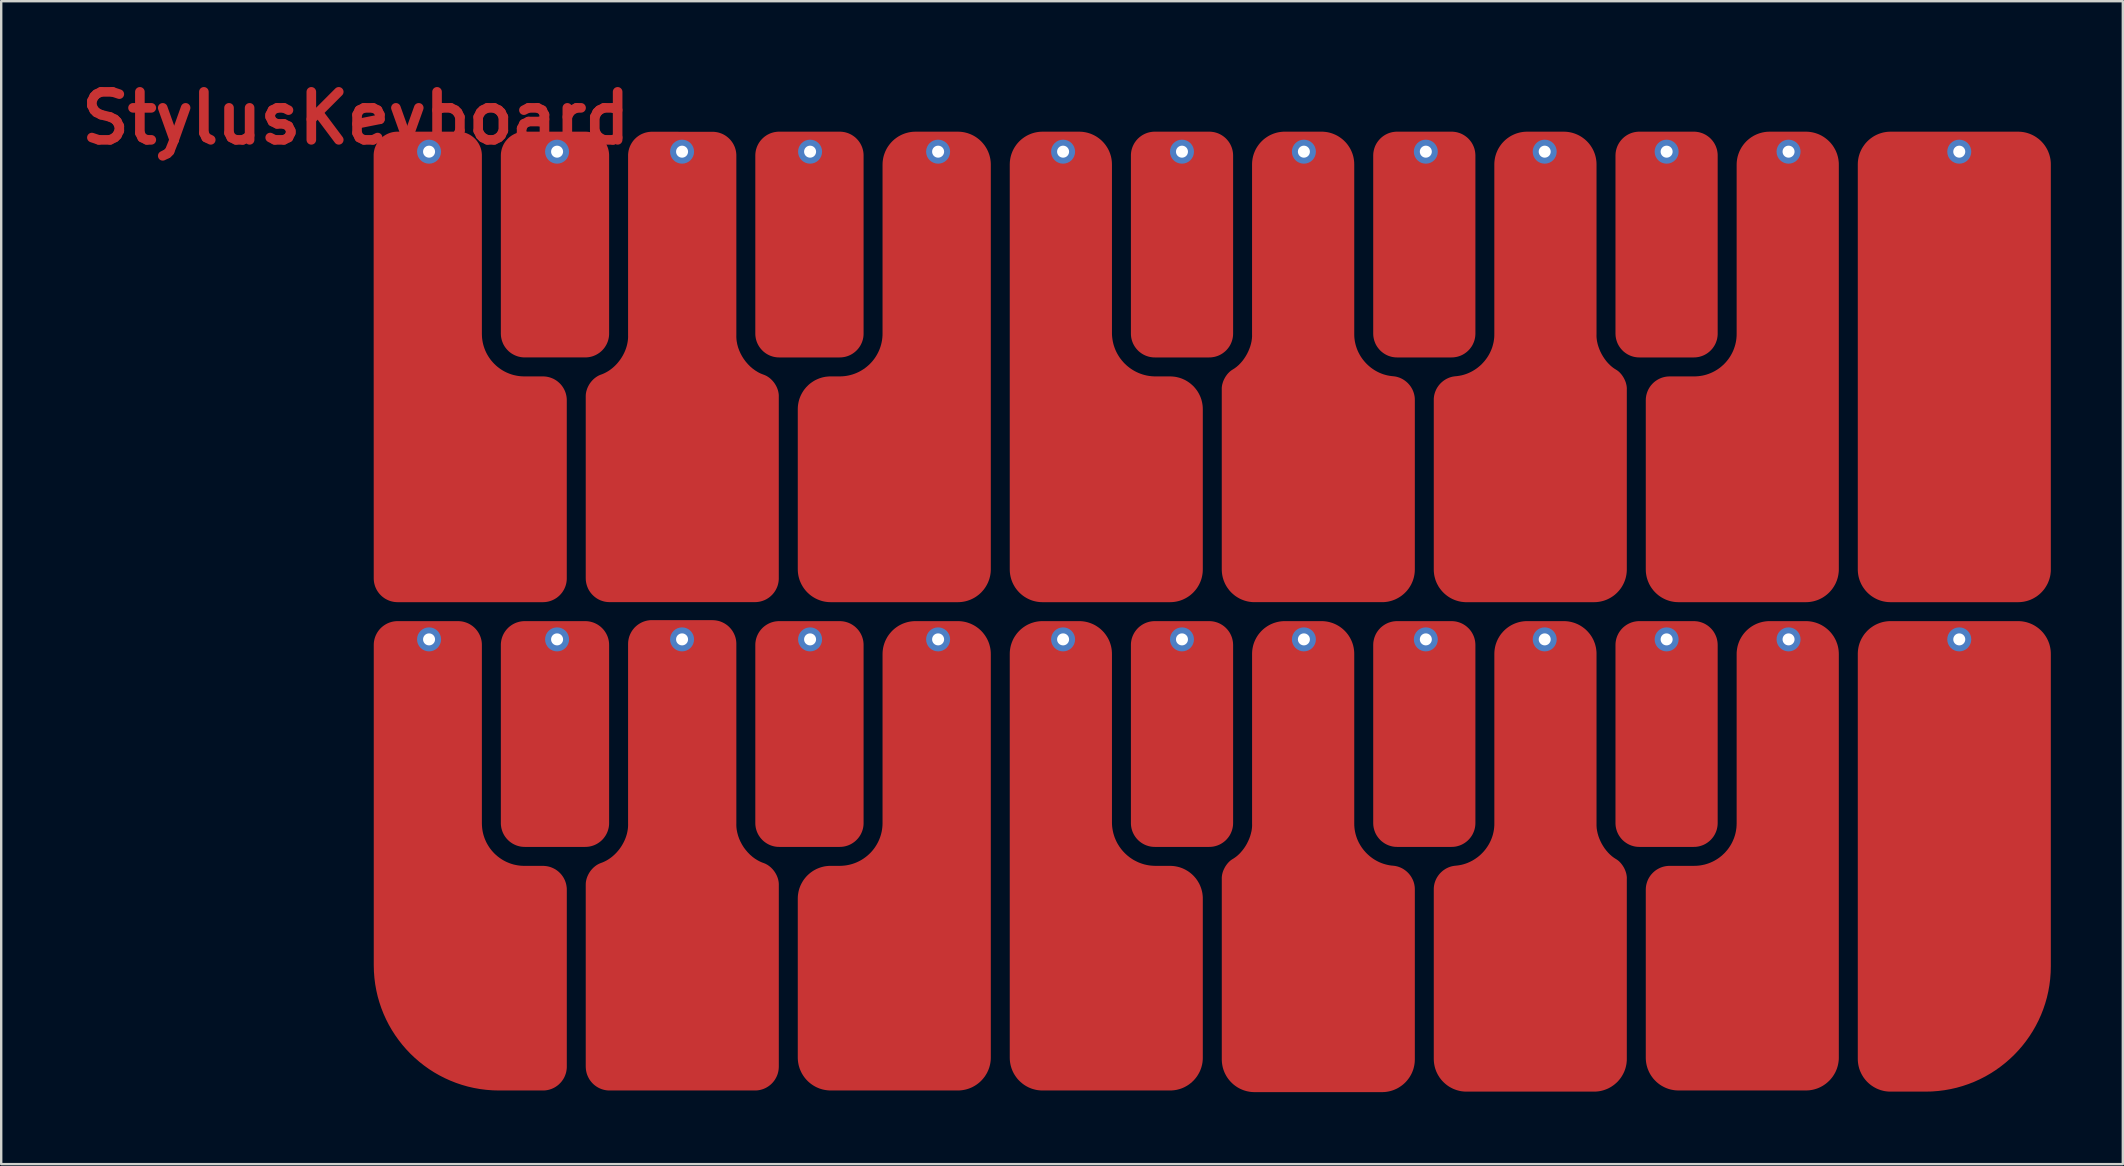
<source format=kicad_pcb>
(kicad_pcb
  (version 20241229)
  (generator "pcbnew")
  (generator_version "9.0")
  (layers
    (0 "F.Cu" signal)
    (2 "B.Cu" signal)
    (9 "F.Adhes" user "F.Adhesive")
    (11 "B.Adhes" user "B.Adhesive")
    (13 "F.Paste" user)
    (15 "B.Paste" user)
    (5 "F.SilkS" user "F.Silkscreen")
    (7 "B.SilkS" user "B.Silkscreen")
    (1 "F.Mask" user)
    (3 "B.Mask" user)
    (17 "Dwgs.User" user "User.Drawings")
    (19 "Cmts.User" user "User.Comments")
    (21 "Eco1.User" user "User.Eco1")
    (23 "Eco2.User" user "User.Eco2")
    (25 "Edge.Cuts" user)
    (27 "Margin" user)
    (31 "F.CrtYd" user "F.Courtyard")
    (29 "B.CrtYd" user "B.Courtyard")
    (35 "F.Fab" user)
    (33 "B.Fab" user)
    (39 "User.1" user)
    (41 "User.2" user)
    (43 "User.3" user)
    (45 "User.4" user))
  (footprint "StylusKeyboard"
    (layer "F.Cu")
    (at 11.778 1.872)
    (property "Reference" "StylusKeyboard" (at 0 0 180) (layer "F.Cu") (effects (font (size 2 2) (thickness 0.4))))
    (attr board_only exclude_from_pos_files)
    (pad "0" smd custom (at 3.014 28.875) (size 4.4 4.4) (layers "F.Cu" "F.Mask" "F.Paste") (options (anchor circle)) (primitives (gr_poly (pts (xy 1.291 -7.917) (xy 1.342 -7.913) (xy 1.392 -7.907) (xy 1.441 -7.898) (xy 1.489 -7.887) (xy 1.536 -7.873) (xy 1.582 -7.858) (xy 1.627 -7.84) (xy 1.672 -7.82) (xy 1.714 -7.798) (xy 1.756 -7.774) (xy 1.796 -7.748) (xy 1.836 -7.721) (xy 1.873 -7.691) (xy 1.909 -7.66) (xy 1.944 -7.627) (xy 1.977 -7.592) (xy 2.008 -7.556) (xy 2.038 -7.518) (xy 2.065 -7.479) (xy 2.091 -7.439) (xy 2.115 -7.397) (xy 2.137 -7.354) (xy 2.157 -7.31) (xy 2.175 -7.265) (xy 2.191 -7.219) (xy 2.204 -7.172) (xy 2.215 -7.124) (xy 2.224 -7.075) (xy 2.23 -7.025) (xy 2.234 -6.974) (xy 2.235 -6.923) (xy 2.235 0.507) (xy 2.238 0.598) (xy 2.245 0.688) (xy 2.256 0.777) (xy 2.271 0.864) (xy 2.291 0.95) (xy 2.315 1.034) (xy 2.343 1.116) (xy 2.375 1.196) (xy 2.41 1.275) (xy 2.449 1.351) (xy 2.492 1.425) (xy 2.538 1.497) (xy 2.587 1.567) (xy 2.64 1.634) (xy 2.696 1.698) (xy 2.754 1.76) (xy 2.816 1.818) (xy 2.88 1.874) (xy 2.947 1.926) (xy 3.017 1.976) (xy 3.088 2.022) (xy 3.163 2.065) (xy 3.239 2.104) (xy 3.318 2.139) (xy 3.398 2.171) (xy 3.48 2.199) (xy 3.564 2.223) (xy 3.65 2.242) (xy 3.737 2.258) (xy 3.826 2.269) (xy 3.916 2.276) (xy 4.007 2.278) (xy 4.778 2.278) (xy 4.829 2.28) (xy 4.879 2.284) (xy 4.929 2.29) (xy 4.978 2.299) (xy 5.026 2.31) (xy 5.074 2.323) (xy 5.12 2.339) (xy 5.165 2.357) (xy 5.209 2.377) (xy 5.252 2.399) (xy 5.294 2.422) (xy 5.334 2.448) (xy 5.373 2.476) (xy 5.411 2.506) (xy 5.447 2.537) (xy 5.481 2.57) (xy 5.514 2.604) (xy 5.546 2.64) (xy 5.575 2.678) (xy 5.603 2.717) (xy 5.629 2.757) (xy 5.653 2.799) (xy 5.675 2.842) (xy 5.695 2.886) (xy 5.712 2.931) (xy 5.728 2.977) (xy 5.742 3.025) (xy 5.753 3.073) (xy 5.761 3.122) (xy 5.768 3.172) (xy 5.772 3.222) (xy 5.773 3.273) (xy 5.773 10.642) (xy 5.772 10.693) (xy 5.768 10.743) (xy 5.761 10.793) (xy 5.753 10.842) (xy 5.742 10.89) (xy 5.728 10.938) (xy 5.712 10.984) (xy 5.695 11.029) (xy 5.675 11.073) (xy 5.653 11.116) (xy 5.629 11.158) (xy 5.603 11.198) (xy 5.575 11.237) (xy 5.546 11.275) (xy 5.514 11.311) (xy 5.481 11.345) (xy 5.447 11.378) (xy 5.411 11.41) (xy 5.373 11.439) (xy 5.334 11.467) (xy 5.294 11.493) (xy 5.252 11.517) (xy 5.209 11.539) (xy 5.165 11.559) (xy 5.12 11.577) (xy 5.074 11.592) (xy 5.026 11.606) (xy 4.978 11.617) (xy 4.929 11.626) (xy 4.879 11.632) (xy 4.829 11.636) (xy 4.778 11.637) (xy 2.955 11.637) (xy 2.686 11.63) (xy 2.421 11.61) (xy 2.159 11.577) (xy 1.902 11.531) (xy 1.649 11.473) (xy 1.401 11.402) (xy 1.158 11.32) (xy 0.921 11.226) (xy 0.69 11.122) (xy 0.464 11.006) (xy 0.245 10.881) (xy 0.033 10.745) (xy -0.171 10.599) (xy -0.369 10.444) (xy -0.558 10.28) (xy -0.74 10.107) (xy -0.913 9.925) (xy -1.077 9.736) (xy -1.232 9.538) (xy -1.378 9.333) (xy -1.514 9.121) (xy -1.64 8.903) (xy -1.755 8.677) (xy -1.86 8.446) (xy -1.953 8.209) (xy -2.035 7.966) (xy -2.106 7.718) (xy -2.164 7.465) (xy -2.21 7.208) (xy -2.243 6.946) (xy -2.263 6.681) (xy -2.27 6.412) (xy -2.27 -6.923) (xy -2.269 -6.974) (xy -2.265 -7.025) (xy -2.259 -7.074) (xy -2.25 -7.123) (xy -2.239 -7.172) (xy -2.225 -7.219) (xy -2.21 -7.265) (xy -2.192 -7.31) (xy -2.172 -7.354) (xy -2.15 -7.397) (xy -2.126 -7.439) (xy -2.1 -7.479) (xy -2.073 -7.518) (xy -2.043 -7.556) (xy -2.012 -7.592) (xy -1.979 -7.627) (xy -1.944 -7.66) (xy -1.908 -7.691) (xy -1.871 -7.72) (xy -1.831 -7.748) (xy -1.791 -7.774) (xy -1.749 -7.798) (xy -1.707 -7.82) (xy -1.662 -7.84) (xy -1.617 -7.858) (xy -1.571 -7.873) (xy -1.524 -7.887) (xy -1.476 -7.898) (xy -1.427 -7.907) (xy -1.377 -7.913) (xy -1.326 -7.917) (xy -1.275 -7.918) (xy 1.24 -7.918)) (width 0) (fill yes))))
    (pad "0" thru_hole circle (at 3.048 21.717) (size 1 1) (drill 0.5) (layers "*.Cu" "*.Mask"))
    (pad "1" smd custom (at 8.295 25.665) (size 4.399 4.399) (layers "F.Cu" "F.Mask" "F.Paste") (options (anchor circle)) (primitives (gr_poly (pts (xy 1.311 -4.707) (xy 1.362 -4.703) (xy 1.411 -4.697) (xy 1.46 -4.688) (xy 1.508 -4.677) (xy 1.556 -4.663) (xy 1.602 -4.648) (xy 1.647 -4.63) (xy 1.691 -4.61) (xy 1.734 -4.588) (xy 1.776 -4.564) (xy 1.816 -4.538) (xy 1.855 -4.51) (xy 1.893 -4.481) (xy 1.929 -4.449) (xy 1.964 -4.416) (xy 1.996 -4.382) (xy 2.028 -4.346) (xy 2.057 -4.308) (xy 2.085 -4.269) (xy 2.111 -4.229) (xy 2.135 -4.187) (xy 2.157 -4.144) (xy 2.177 -4.1) (xy 2.195 -4.055) (xy 2.21 -4.009) (xy 2.224 -3.961) (xy 2.235 -3.913) (xy 2.244 -3.864) (xy 2.25 -3.814) (xy 2.254 -3.764) (xy 2.255 -3.713) (xy 2.255 3.703) (xy 2.254 3.754) (xy 2.25 3.805) (xy 2.244 3.854) (xy 2.235 3.904) (xy 2.224 3.952) (xy 2.21 3.999) (xy 2.195 4.045) (xy 2.177 4.09) (xy 2.157 4.134) (xy 2.135 4.177) (xy 2.111 4.219) (xy 2.085 4.259) (xy 2.057 4.298) (xy 2.028 4.336) (xy 1.997 4.372) (xy 1.964 4.407) (xy 1.929 4.44) (xy 1.893 4.471) (xy 1.855 4.5) (xy 1.816 4.528) (xy 1.776 4.554) (xy 1.734 4.578) (xy 1.691 4.6) (xy 1.647 4.62) (xy 1.602 4.638) (xy 1.556 4.653) (xy 1.509 4.667) (xy 1.46 4.678) (xy 1.411 4.687) (xy 1.362 4.693) (xy 1.311 4.697) (xy 1.26 4.698) (xy -1.261 4.698) (xy -1.312 4.697) (xy -1.362 4.693) (xy -1.412 4.687) (xy -1.461 4.678) (xy -1.509 4.667) (xy -1.557 4.653) (xy -1.603 4.638) (xy -1.648 4.62) (xy -1.692 4.6) (xy -1.735 4.578) (xy -1.777 4.554) (xy -1.817 4.528) (xy -1.856 4.5) (xy -1.894 4.471) (xy -1.93 4.44) (xy -1.964 4.407) (xy -1.997 4.372) (xy -2.029 4.336) (xy -2.058 4.298) (xy -2.086 4.259) (xy -2.112 4.219) (xy -2.136 4.177) (xy -2.158 4.134) (xy -2.178 4.09) (xy -2.195 4.045) (xy -2.211 3.999) (xy -2.224 3.952) (xy -2.236 3.903) (xy -2.244 3.854) (xy -2.251 3.805) (xy -2.255 3.754) (xy -2.256 3.703) (xy -2.256 -3.713) (xy -2.255 -3.764) (xy -2.251 -3.815) (xy -2.244 -3.864) (xy -2.236 -3.913) (xy -2.224 -3.962) (xy -2.211 -4.009) (xy -2.195 -4.055) (xy -2.178 -4.1) (xy -2.158 -4.144) (xy -2.136 -4.187) (xy -2.112 -4.229) (xy -2.086 -4.269) (xy -2.058 -4.308) (xy -2.029 -4.346) (xy -1.997 -4.382) (xy -1.964 -4.417) (xy -1.93 -4.45) (xy -1.894 -4.481) (xy -1.856 -4.51) (xy -1.817 -4.538) (xy -1.777 -4.564) (xy -1.735 -4.588) (xy -1.692 -4.61) (xy -1.648 -4.63) (xy -1.603 -4.648) (xy -1.557 -4.663) (xy -1.509 -4.677) (xy -1.461 -4.688) (xy -1.412 -4.697) (xy -1.362 -4.703) (xy -1.312 -4.707) (xy -1.261 -4.708) (xy 1.26 -4.708)) (width 0) (fill yes))))
    (pad "1" thru_hole circle (at 8.382 21.717) (size 1 1) (drill 0.5) (layers "*.Cu" "*.Mask"))
    (pad "2" smd custom (at 13.577 30.676) (size 4.399 4.399) (layers "F.Cu" "F.Mask" "F.Paste") (options (anchor circle)) (primitives (gr_poly (pts (xy 1.28 -9.76) (xy 1.331 -9.758) (xy 1.382 -9.754) (xy 1.431 -9.748) (xy 1.48 -9.739) (xy 1.529 -9.728) (xy 1.576 -9.715) (xy 1.622 -9.699) (xy 1.667 -9.681) (xy 1.711 -9.661) (xy 1.754 -9.639) (xy 1.796 -9.615) (xy 1.836 -9.589) (xy 1.875 -9.562) (xy 1.913 -9.532) (xy 1.949 -9.501) (xy 1.983 -9.468) (xy 2.016 -9.433) (xy 2.047 -9.397) (xy 2.077 -9.359) (xy 2.105 -9.32) (xy 2.13 -9.28) (xy 2.154 -9.238) (xy 2.176 -9.196) (xy 2.196 -9.151) (xy 2.214 -9.106) (xy 2.23 -9.06) (xy 2.243 -9.013) (xy 2.254 -8.965) (xy 2.263 -8.916) (xy 2.269 -8.866) (xy 2.273 -8.816) (xy 2.274 -8.764) (xy 2.274 -1.294) (xy 2.273 -1.229) (xy 2.275 -1.164) (xy 2.28 -1.099) (xy 2.288 -1.033) (xy 2.313 -0.904) (xy 2.348 -0.775) (xy 2.393 -0.649) (xy 2.448 -0.526) (xy 2.512 -0.407) (xy 2.584 -0.292) (xy 2.665 -0.183) (xy 2.753 -0.081) (xy 2.848 0.015) (xy 2.949 0.103) (xy 3.056 0.182) (xy 3.169 0.251) (xy 3.227 0.282) (xy 3.286 0.31) (xy 3.346 0.336) (xy 3.407 0.358) (xy 3.441 0.371) (xy 3.475 0.385) (xy 3.508 0.401) (xy 3.54 0.419) (xy 3.572 0.437) (xy 3.603 0.458) (xy 3.634 0.479) (xy 3.663 0.502) (xy 3.692 0.526) (xy 3.72 0.551) (xy 3.747 0.578) (xy 3.773 0.605) (xy 3.799 0.633) (xy 3.823 0.663) (xy 3.846 0.693) (xy 3.868 0.724) (xy 3.889 0.756) (xy 3.909 0.788) (xy 3.927 0.821) (xy 3.945 0.855) (xy 3.961 0.889) (xy 3.976 0.924) (xy 3.989 0.959) (xy 4.001 0.995) (xy 4.012 1.031) (xy 4.021 1.067) (xy 4.028 1.103) (xy 4.035 1.14) (xy 4.039 1.177) (xy 4.042 1.213) (xy 4.043 1.25) (xy 4.043 1.286) (xy 4.043 8.841) (xy 4.041 8.892) (xy 4.037 8.943) (xy 4.031 8.992) (xy 4.022 9.041) (xy 4.011 9.09) (xy 3.998 9.137) (xy 3.982 9.183) (xy 3.964 9.228) (xy 3.944 9.272) (xy 3.922 9.315) (xy 3.898 9.357) (xy 3.873 9.397) (xy 3.845 9.436) (xy 3.815 9.474) (xy 3.784 9.51) (xy 3.751 9.545) (xy 3.717 9.578) (xy 3.68 9.609) (xy 3.643 9.638) (xy 3.604 9.666) (xy 3.563 9.692) (xy 3.522 9.716) (xy 3.479 9.738) (xy 3.435 9.758) (xy 3.39 9.776) (xy 3.343 9.791) (xy 3.296 9.805) (xy 3.248 9.816) (xy 3.199 9.825) (xy 3.149 9.831) (xy 3.098 9.835) (xy 3.047 9.836) (xy -3.005 9.836) (xy -3.057 9.835) (xy -3.107 9.831) (xy -3.157 9.825) (xy -3.206 9.816) (xy -3.254 9.805) (xy -3.301 9.791) (xy -3.348 9.776) (xy -3.393 9.758) (xy -3.437 9.738) (xy -3.48 9.716) (xy -3.521 9.692) (xy -3.562 9.666) (xy -3.601 9.638) (xy -3.638 9.609) (xy -3.675 9.578) (xy -3.709 9.545) (xy -3.742 9.51) (xy -3.773 9.474) (xy -3.803 9.436) (xy -3.831 9.397) (xy -3.857 9.357) (xy -3.88 9.315) (xy -3.902 9.272) (xy -3.922 9.228) (xy -3.94 9.183) (xy -3.956 9.137) (xy -3.969 9.09) (xy -3.98 9.041) (xy -3.989 8.992) (xy -3.995 8.943) (xy -3.999 8.892) (xy -4.001 8.841) (xy -4.001 1.284) (xy -4.001 1.248) (xy -4 1.211) (xy -3.997 1.175) (xy -3.993 1.138) (xy -3.979 1.065) (xy -3.959 0.993) (xy -3.934 0.923) (xy -3.903 0.854) (xy -3.867 0.787) (xy -3.827 0.722) (xy -3.782 0.661) (xy -3.732 0.604) (xy -3.679 0.55) (xy -3.622 0.501) (xy -3.562 0.456) (xy -3.499 0.417) (xy -3.467 0.4) (xy -3.434 0.384) (xy -3.4 0.37) (xy -3.366 0.357) (xy -3.305 0.334) (xy -3.245 0.309) (xy -3.186 0.28) (xy -3.129 0.25) (xy -3.072 0.216) (xy -3.017 0.18) (xy -2.963 0.142) (xy -2.91 0.101) (xy -2.859 0.058) (xy -2.809 0.013) (xy -2.761 -0.034) (xy -2.714 -0.082) (xy -2.67 -0.133) (xy -2.627 -0.185) (xy -2.585 -0.239) (xy -2.546 -0.294) (xy -2.509 -0.351) (xy -2.474 -0.409) (xy -2.441 -0.468) (xy -2.41 -0.528) (xy -2.381 -0.589) (xy -2.355 -0.651) (xy -2.331 -0.713) (xy -2.31 -0.776) (xy -2.291 -0.84) (xy -2.275 -0.905) (xy -2.262 -0.969) (xy -2.251 -1.034) (xy -2.243 -1.099) (xy -2.238 -1.164) (xy -2.236 -1.229) (xy -2.237 -1.294) (xy -2.237 -8.768) (xy -2.235 -8.819) (xy -2.232 -8.869) (xy -2.225 -8.919) (xy -2.216 -8.968) (xy -2.205 -9.016) (xy -2.192 -9.064) (xy -2.176 -9.11) (xy -2.158 -9.155) (xy -2.138 -9.199) (xy -2.116 -9.242) (xy -2.092 -9.284) (xy -2.066 -9.324) (xy -2.039 -9.363) (xy -2.009 -9.4) (xy -1.978 -9.437) (xy -1.945 -9.471) (xy -1.91 -9.504) (xy -1.874 -9.535) (xy -1.836 -9.565) (xy -1.797 -9.592) (xy -1.757 -9.618) (xy -1.715 -9.642) (xy -1.672 -9.664) (xy -1.628 -9.684) (xy -1.583 -9.702) (xy -1.537 -9.717) (xy -1.489 -9.731) (xy -1.441 -9.742) (xy -1.392 -9.75) (xy -1.342 -9.757) (xy -1.292 -9.761) (xy -1.24 -9.762)) (width 0) (fill yes))))
    (pad "2" thru_hole circle (at 13.589 21.717) (size 1 1) (drill 0.5) (layers "*.Cu" "*.Mask"))
    (pad "3" smd custom (at 18.893 25.665) (size 4.399 4.399) (layers "F.Cu" "F.Mask" "F.Paste") (options (anchor circle)) (primitives (gr_poly (pts (xy 1.315 -4.707) (xy 1.365 -4.703) (xy 1.415 -4.697) (xy 1.464 -4.688) (xy 1.512 -4.677) (xy 1.56 -4.663) (xy 1.606 -4.648) (xy 1.651 -4.63) (xy 1.695 -4.61) (xy 1.738 -4.588) (xy 1.78 -4.564) (xy 1.82 -4.538) (xy 1.859 -4.51) (xy 1.897 -4.481) (xy 1.933 -4.449) (xy 1.967 -4.416) (xy 2 -4.382) (xy 2.032 -4.346) (xy 2.061 -4.308) (xy 2.089 -4.269) (xy 2.115 -4.229) (xy 2.139 -4.187) (xy 2.161 -4.144) (xy 2.181 -4.1) (xy 2.199 -4.055) (xy 2.214 -4.009) (xy 2.228 -3.961) (xy 2.239 -3.913) (xy 2.248 -3.864) (xy 2.254 -3.814) (xy 2.258 -3.764) (xy 2.259 -3.713) (xy 2.259 3.703) (xy 2.258 3.754) (xy 2.254 3.805) (xy 2.248 3.854) (xy 2.239 3.904) (xy 2.228 3.952) (xy 2.214 3.999) (xy 2.199 4.045) (xy 2.181 4.09) (xy 2.161 4.134) (xy 2.139 4.177) (xy 2.115 4.219) (xy 2.089 4.259) (xy 2.061 4.298) (xy 2.032 4.336) (xy 2 4.372) (xy 1.967 4.407) (xy 1.933 4.44) (xy 1.897 4.471) (xy 1.859 4.5) (xy 1.82 4.528) (xy 1.78 4.554) (xy 1.738 4.578) (xy 1.695 4.6) (xy 1.651 4.62) (xy 1.606 4.638) (xy 1.56 4.653) (xy 1.512 4.667) (xy 1.464 4.678) (xy 1.415 4.687) (xy 1.365 4.693) (xy 1.315 4.697) (xy 1.264 4.698) (xy -1.257 4.698) (xy -1.308 4.697) (xy -1.358 4.693) (xy -1.408 4.687) (xy -1.457 4.678) (xy -1.505 4.667) (xy -1.553 4.653) (xy -1.599 4.638) (xy -1.644 4.62) (xy -1.688 4.6) (xy -1.731 4.578) (xy -1.773 4.554) (xy -1.813 4.528) (xy -1.852 4.5) (xy -1.89 4.471) (xy -1.926 4.44) (xy -1.96 4.407) (xy -1.993 4.372) (xy -2.025 4.336) (xy -2.054 4.298) (xy -2.082 4.259) (xy -2.108 4.219) (xy -2.132 4.177) (xy -2.154 4.134) (xy -2.174 4.09) (xy -2.192 4.045) (xy -2.207 3.999) (xy -2.221 3.952) (xy -2.232 3.903) (xy -2.24 3.854) (xy -2.247 3.805) (xy -2.251 3.754) (xy -2.252 3.703) (xy -2.252 -3.713) (xy -2.251 -3.764) (xy -2.247 -3.815) (xy -2.24 -3.864) (xy -2.232 -3.913) (xy -2.221 -3.962) (xy -2.207 -4.009) (xy -2.192 -4.055) (xy -2.174 -4.1) (xy -2.154 -4.144) (xy -2.132 -4.187) (xy -2.108 -4.229) (xy -2.082 -4.269) (xy -2.054 -4.308) (xy -2.025 -4.346) (xy -1.993 -4.382) (xy -1.96 -4.417) (xy -1.926 -4.45) (xy -1.89 -4.481) (xy -1.852 -4.51) (xy -1.813 -4.538) (xy -1.773 -4.564) (xy -1.731 -4.588) (xy -1.688 -4.61) (xy -1.644 -4.63) (xy -1.599 -4.648) (xy -1.553 -4.663) (xy -1.505 -4.677) (xy -1.457 -4.688) (xy -1.408 -4.697) (xy -1.358 -4.703) (xy -1.308 -4.707) (xy -1.257 -4.708) (xy 1.264 -4.708) (xy 1.264 -4.708)) (width 0) (fill yes))))
    (pad "3" thru_hole circle (at 18.923 21.717) (size 1 1) (drill 0.5) (layers "*.Cu" "*.Mask"))
    (pad "4" smd custom (at 24.175 30.709) (size 4.399 4.399) (layers "F.Cu" "F.Mask" "F.Paste") (options (anchor circle)) (primitives (gr_poly (pts (xy 0.972 -9.751) (xy 1.042 -9.746) (xy 1.111 -9.737) (xy 1.179 -9.725) (xy 1.245 -9.71) (xy 1.311 -9.691) (xy 1.374 -9.669) (xy 1.437 -9.645) (xy 1.498 -9.617) (xy 1.557 -9.587) (xy 1.615 -9.554) (xy 1.671 -9.518) (xy 1.725 -9.479) (xy 1.777 -9.439) (xy 1.827 -9.395) (xy 1.875 -9.35) (xy 1.92 -9.302) (xy 1.963 -9.252) (xy 2.004 -9.2) (xy 2.043 -9.146) (xy 2.078 -9.09) (xy 2.112 -9.032) (xy 2.142 -8.973) (xy 2.17 -8.912) (xy 2.194 -8.85) (xy 2.216 -8.786) (xy 2.234 -8.72) (xy 2.25 -8.654) (xy 2.262 -8.586) (xy 2.271 -8.517) (xy 2.276 -8.447) (xy 2.278 -8.376) (xy 2.278 8.426) (xy 2.276 8.497) (xy 2.271 8.566) (xy 2.262 8.635) (xy 2.25 8.703) (xy 2.234 8.77) (xy 2.216 8.835) (xy 2.194 8.899) (xy 2.17 8.961) (xy 2.142 9.022) (xy 2.112 9.082) (xy 2.078 9.139) (xy 2.043 9.195) (xy 2.004 9.249) (xy 1.963 9.301) (xy 1.92 9.351) (xy 1.875 9.399) (xy 1.827 9.445) (xy 1.777 9.488) (xy 1.725 9.529) (xy 1.671 9.567) (xy 1.615 9.603) (xy 1.557 9.636) (xy 1.498 9.667) (xy 1.437 9.694) (xy 1.374 9.719) (xy 1.311 9.74) (xy 1.245 9.759) (xy 1.179 9.774) (xy 1.111 9.786) (xy 1.042 9.795) (xy 0.972 9.801) (xy 0.901 9.802) (xy -4.389 9.802) (xy -4.459 9.801) (xy -4.529 9.795) (xy -4.598 9.786) (xy -4.666 9.774) (xy -4.733 9.759) (xy -4.798 9.74) (xy -4.862 9.719) (xy -4.924 9.694) (xy -4.985 9.667) (xy -5.045 9.636) (xy -5.102 9.603) (xy -5.158 9.567) (xy -5.212 9.529) (xy -5.264 9.488) (xy -5.314 9.445) (xy -5.362 9.399) (xy -5.408 9.351) (xy -5.451 9.301) (xy -5.492 9.249) (xy -5.53 9.195) (xy -5.566 9.139) (xy -5.599 9.082) (xy -5.629 9.022) (xy -5.657 8.961) (xy -5.682 8.899) (xy -5.703 8.835) (xy -5.722 8.77) (xy -5.737 8.703) (xy -5.749 8.635) (xy -5.758 8.566) (xy -5.763 8.497) (xy -5.765 8.426) (xy -5.765 1.81) (xy -5.763 1.74) (xy -5.758 1.671) (xy -5.749 1.602) (xy -5.737 1.535) (xy -5.722 1.469) (xy -5.704 1.404) (xy -5.682 1.34) (xy -5.658 1.278) (xy -5.63 1.218) (xy -5.6 1.159) (xy -5.567 1.102) (xy -5.532 1.046) (xy -5.494 0.993) (xy -5.453 0.941) (xy -5.41 0.891) (xy -5.365 0.844) (xy -5.317 0.799) (xy -5.268 0.756) (xy -5.216 0.715) (xy -5.162 0.677) (xy -5.107 0.641) (xy -5.05 0.609) (xy -4.991 0.578) (xy -4.93 0.551) (xy -4.868 0.527) (xy -4.805 0.505) (xy -4.74 0.487) (xy -4.674 0.471) (xy -4.607 0.459) (xy -4.538 0.451) (xy -4.469 0.445) (xy -4.398 0.444) (xy -4.021 0.444) (xy -3.929 0.441) (xy -3.838 0.434) (xy -3.749 0.423) (xy -3.661 0.407) (xy -3.574 0.387) (xy -3.489 0.363) (xy -3.406 0.335) (xy -3.325 0.303) (xy -3.246 0.267) (xy -3.169 0.228) (xy -3.094 0.185) (xy -3.021 0.138) (xy -2.951 0.088) (xy -2.884 0.035) (xy -2.819 -0.021) (xy -2.757 -0.08) (xy -2.697 -0.142) (xy -2.641 -0.207) (xy -2.588 -0.275) (xy -2.538 -0.345) (xy -2.492 -0.418) (xy -2.449 -0.492) (xy -2.409 -0.57) (xy -2.373 -0.649) (xy -2.341 -0.73) (xy -2.313 -0.813) (xy -2.289 -0.898) (xy -2.269 -0.984) (xy -2.253 -1.072) (xy -2.242 -1.162) (xy -2.235 -1.253) (xy -2.233 -1.345) (xy -2.233 -8.376) (xy -2.231 -8.447) (xy -2.226 -8.517) (xy -2.217 -8.586) (xy -2.205 -8.654) (xy -2.19 -8.72) (xy -2.171 -8.786) (xy -2.149 -8.85) (xy -2.125 -8.912) (xy -2.097 -8.973) (xy -2.067 -9.032) (xy -2.034 -9.09) (xy -1.998 -9.146) (xy -1.959 -9.2) (xy -1.918 -9.252) (xy -1.875 -9.302) (xy -1.83 -9.35) (xy -1.782 -9.395) (xy -1.732 -9.439) (xy -1.68 -9.479) (xy -1.626 -9.518) (xy -1.57 -9.554) (xy -1.512 -9.587) (xy -1.453 -9.617) (xy -1.392 -9.645) (xy -1.33 -9.669) (xy -1.266 -9.691) (xy -1.2 -9.71) (xy -1.134 -9.725) (xy -1.066 -9.737) (xy -0.997 -9.746) (xy -0.927 -9.751) (xy -0.856 -9.753) (xy 0.901 -9.753)) (width 0) (fill yes))))
    (pad "4" thru_hole circle (at 24.257 21.717) (size 1 1) (drill 0.5) (layers "*.Cu" "*.Mask"))
    (pad "5" smd custom (at 29.321 30.743) (size 4.132 4.132) (layers "F.Cu" "F.Mask" "F.Paste") (options (anchor circle)) (primitives (gr_poly (pts (xy 0.883 -9.785) (xy 0.952 -9.78) (xy 1.02 -9.771) (xy 1.088 -9.759) (xy 1.154 -9.744) (xy 1.219 -9.725) (xy 1.282 -9.704) (xy 1.344 -9.679) (xy 1.405 -9.652) (xy 1.464 -9.622) (xy 1.521 -9.589) (xy 1.576 -9.553) (xy 1.63 -9.515) (xy 1.682 -9.475) (xy 1.731 -9.432) (xy 1.779 -9.386) (xy 1.824 -9.339) (xy 1.867 -9.289) (xy 1.907 -9.238) (xy 1.945 -9.184) (xy 1.981 -9.129) (xy 2.014 -9.072) (xy 2.044 -9.013) (xy 2.072 -8.952) (xy 2.096 -8.89) (xy 2.117 -8.827) (xy 2.136 -8.762) (xy 2.151 -8.696) (xy 2.163 -8.628) (xy 2.172 -8.56) (xy 2.177 -8.49) (xy 2.179 -8.42) (xy 2.179 -1.408) (xy 2.181 -1.315) (xy 2.188 -1.222) (xy 2.2 -1.131) (xy 2.216 -1.042) (xy 2.236 -0.954) (xy 2.261 -0.868) (xy 2.289 -0.783) (xy 2.322 -0.701) (xy 2.358 -0.62) (xy 2.398 -0.542) (xy 2.442 -0.466) (xy 2.489 -0.392) (xy 2.54 -0.321) (xy 2.594 -0.252) (xy 2.651 -0.186) (xy 2.711 -0.123) (xy 2.775 -0.063) (xy 2.841 -0.005) (xy 2.909 0.049) (xy 2.981 0.099) (xy 3.054 0.147) (xy 3.13 0.19) (xy 3.209 0.23) (xy 3.289 0.267) (xy 3.372 0.299) (xy 3.456 0.328) (xy 3.543 0.353) (xy 3.631 0.373) (xy 3.72 0.389) (xy 3.811 0.4) (xy 3.903 0.407) (xy 3.997 0.41) (xy 4.598 0.41) (xy 4.668 0.412) (xy 4.737 0.417) (xy 4.806 0.426) (xy 4.873 0.438) (xy 4.939 0.453) (xy 5.004 0.471) (xy 5.068 0.493) (xy 5.13 0.517) (xy 5.19 0.545) (xy 5.249 0.575) (xy 5.306 0.608) (xy 5.362 0.643) (xy 5.415 0.681) (xy 5.467 0.722) (xy 5.517 0.765) (xy 5.564 0.81) (xy 5.609 0.857) (xy 5.652 0.907) (xy 5.693 0.959) (xy 5.731 1.012) (xy 5.766 1.068) (xy 5.799 1.125) (xy 5.83 1.184) (xy 5.857 1.244) (xy 5.881 1.306) (xy 5.903 1.37) (xy 5.921 1.435) (xy 5.937 1.501) (xy 5.949 1.568) (xy 5.957 1.637) (xy 5.963 1.706) (xy 5.964 1.776) (xy 5.964 8.402) (xy 5.963 8.472) (xy 5.957 8.541) (xy 5.949 8.61) (xy 5.937 8.677) (xy 5.921 8.743) (xy 5.903 8.808) (xy 5.881 8.872) (xy 5.857 8.934) (xy 5.83 8.994) (xy 5.799 9.053) (xy 5.766 9.11) (xy 5.731 9.166) (xy 5.693 9.219) (xy 5.652 9.271) (xy 5.609 9.321) (xy 5.564 9.368) (xy 5.517 9.413) (xy 5.467 9.456) (xy 5.415 9.497) (xy 5.362 9.535) (xy 5.306 9.571) (xy 5.249 9.603) (xy 5.19 9.634) (xy 5.13 9.661) (xy 5.068 9.686) (xy 5.004 9.707) (xy 4.939 9.725) (xy 4.873 9.741) (xy 4.806 9.753) (xy 4.737 9.761) (xy 4.668 9.767) (xy 4.598 9.768) (xy -0.712 9.768) (xy -0.782 9.767) (xy -0.852 9.761) (xy -0.92 9.753) (xy -0.988 9.741) (xy -1.054 9.725) (xy -1.118 9.707) (xy -1.182 9.686) (xy -1.244 9.661) (xy -1.305 9.634) (xy -1.364 9.603) (xy -1.421 9.571) (xy -1.476 9.535) (xy -1.53 9.497) (xy -1.581 9.456) (xy -1.631 9.413) (xy -1.678 9.368) (xy -1.724 9.321) (xy -1.767 9.271) (xy -1.807 9.219) (xy -1.845 9.166) (xy -1.881 9.11) (xy -1.914 9.053) (xy -1.944 8.994) (xy -1.971 8.934) (xy -1.996 8.872) (xy -2.017 8.808) (xy -2.036 8.743) (xy -2.051 8.677) (xy -2.063 8.61) (xy -2.072 8.541) (xy -2.077 8.472) (xy -2.079 8.402) (xy -2.079 -8.42) (xy -2.077 -8.49) (xy -2.072 -8.56) (xy -2.063 -8.628) (xy -2.051 -8.696) (xy -2.036 -8.762) (xy -2.017 -8.827) (xy -1.996 -8.89) (xy -1.971 -8.952) (xy -1.944 -9.013) (xy -1.914 -9.072) (xy -1.881 -9.129) (xy -1.845 -9.184) (xy -1.807 -9.238) (xy -1.767 -9.289) (xy -1.724 -9.339) (xy -1.678 -9.386) (xy -1.631 -9.432) (xy -1.581 -9.475) (xy -1.53 -9.515) (xy -1.476 -9.553) (xy -1.421 -9.589) (xy -1.364 -9.622) (xy -1.305 -9.652) (xy -1.244 -9.679) (xy -1.182 -9.704) (xy -1.118 -9.725) (xy -1.054 -9.744) (xy -0.988 -9.759) (xy -0.92 -9.771) (xy -0.852 -9.78) (xy -0.782 -9.785) (xy -0.712 -9.787) (xy 0.812 -9.787)) (width 0) (fill yes))))
    (pad "5" thru_hole circle (at 29.464 21.717) (size 1 1) (drill 0.5) (layers "*.Cu" "*.Mask"))
    (pad "6" thru_hole circle (at 34.417 21.717) (size 1 1) (drill 0.5) (layers "*.Cu" "*.Mask"))
    (pad "6" smd custom (at 34.434 25.665) (size 4.132 4.132) (layers "F.Cu" "F.Mask" "F.Paste") (options (anchor circle)) (primitives (gr_poly (pts (xy 1.17 -4.707) (xy 1.22 -4.703) (xy 1.27 -4.697) (xy 1.319 -4.688) (xy 1.367 -4.677) (xy 1.414 -4.663) (xy 1.461 -4.648) (xy 1.506 -4.63) (xy 1.55 -4.61) (xy 1.593 -4.588) (xy 1.634 -4.564) (xy 1.675 -4.538) (xy 1.714 -4.51) (xy 1.751 -4.481) (xy 1.788 -4.449) (xy 1.822 -4.416) (xy 1.855 -4.382) (xy 1.886 -4.346) (xy 1.916 -4.308) (xy 1.944 -4.269) (xy 1.97 -4.229) (xy 1.994 -4.187) (xy 2.015 -4.144) (xy 2.035 -4.1) (xy 2.053 -4.055) (xy 2.069 -4.009) (xy 2.082 -3.961) (xy 2.093 -3.913) (xy 2.102 -3.864) (xy 2.109 -3.814) (xy 2.112 -3.764) (xy 2.114 -3.713) (xy 2.114 3.703) (xy 2.112 3.754) (xy 2.109 3.805) (xy 2.102 3.854) (xy 2.093 3.904) (xy 2.082 3.952) (xy 2.069 3.999) (xy 2.053 4.045) (xy 2.035 4.09) (xy 2.015 4.134) (xy 1.994 4.177) (xy 1.97 4.219) (xy 1.944 4.259) (xy 1.916 4.298) (xy 1.886 4.336) (xy 1.855 4.372) (xy 1.822 4.407) (xy 1.788 4.44) (xy 1.751 4.471) (xy 1.714 4.5) (xy 1.675 4.528) (xy 1.634 4.554) (xy 1.593 4.578) (xy 1.55 4.6) (xy 1.506 4.62) (xy 1.461 4.638) (xy 1.414 4.653) (xy 1.367 4.667) (xy 1.319 4.678) (xy 1.27 4.687) (xy 1.22 4.693) (xy 1.17 4.697) (xy 1.118 4.698) (xy -1.149 4.698) (xy -1.2 4.697) (xy -1.251 4.693) (xy -1.3 4.687) (xy -1.349 4.678) (xy -1.398 4.667) (xy -1.445 4.653) (xy -1.491 4.638) (xy -1.536 4.62) (xy -1.58 4.6) (xy -1.623 4.578) (xy -1.665 4.554) (xy -1.705 4.528) (xy -1.744 4.5) (xy -1.782 4.471) (xy -1.818 4.44) (xy -1.853 4.407) (xy -1.885 4.372) (xy -1.917 4.336) (xy -1.946 4.298) (xy -1.974 4.259) (xy -2 4.219) (xy -2.024 4.177) (xy -2.046 4.134) (xy -2.066 4.09) (xy -2.084 4.045) (xy -2.099 3.999) (xy -2.113 3.952) (xy -2.124 3.903) (xy -2.133 3.854) (xy -2.139 3.805) (xy -2.143 3.754) (xy -2.144 3.703) (xy -2.144 -3.713) (xy -2.143 -3.764) (xy -2.139 -3.815) (xy -2.133 -3.864) (xy -2.124 -3.913) (xy -2.113 -3.962) (xy -2.099 -4.009) (xy -2.084 -4.055) (xy -2.066 -4.1) (xy -2.046 -4.144) (xy -2.024 -4.187) (xy -2 -4.229) (xy -1.974 -4.269) (xy -1.946 -4.308) (xy -1.917 -4.346) (xy -1.885 -4.382) (xy -1.853 -4.417) (xy -1.818 -4.45) (xy -1.782 -4.481) (xy -1.744 -4.51) (xy -1.705 -4.538) (xy -1.665 -4.564) (xy -1.623 -4.588) (xy -1.58 -4.61) (xy -1.536 -4.63) (xy -1.491 -4.648) (xy -1.445 -4.663) (xy -1.398 -4.677) (xy -1.349 -4.688) (xy -1.3 -4.697) (xy -1.251 -4.703) (xy -1.2 -4.707) (xy -1.149 -4.708) (xy 1.118 -4.708) (xy 1.118 -4.708)) (width 0) (fill yes))))
    (pad "7" smd custom (at 39.479 30.777) (size 4.132 4.132) (layers "F.Cu" "F.Mask" "F.Paste") (options (anchor circle)) (primitives (gr_poly (pts (xy 0.82 -9.819) (xy 0.889 -9.814) (xy 0.958 -9.805) (xy 1.025 -9.793) (xy 1.091 -9.778) (xy 1.156 -9.759) (xy 1.22 -9.738) (xy 1.282 -9.713) (xy 1.342 -9.686) (xy 1.401 -9.656) (xy 1.458 -9.623) (xy 1.514 -9.587) (xy 1.567 -9.549) (xy 1.619 -9.509) (xy 1.668 -9.466) (xy 1.716 -9.42) (xy 1.761 -9.373) (xy 1.804 -9.323) (xy 1.845 -9.272) (xy 1.883 -9.218) (xy 1.918 -9.163) (xy 1.951 -9.105) (xy 1.981 -9.046) (xy 2.009 -8.986) (xy 2.033 -8.924) (xy 2.055 -8.86) (xy 2.073 -8.796) (xy 2.088 -8.729) (xy 2.1 -8.662) (xy 2.109 -8.594) (xy 2.114 -8.524) (xy 2.116 -8.454) (xy 2.116 -1.396) (xy 2.117 -1.311) (xy 2.123 -1.227) (xy 2.132 -1.144) (xy 2.146 -1.062) (xy 2.163 -0.981) (xy 2.184 -0.902) (xy 2.209 -0.824) (xy 2.237 -0.747) (xy 2.269 -0.672) (xy 2.304 -0.598) (xy 2.343 -0.527) (xy 2.385 -0.457) (xy 2.429 -0.389) (xy 2.477 -0.324) (xy 2.528 -0.26) (xy 2.581 -0.199) (xy 2.637 -0.141) (xy 2.696 -0.085) (xy 2.757 -0.031) (xy 2.821 0.019) (xy 2.886 0.067) (xy 2.954 0.112) (xy 3.024 0.153) (xy 3.097 0.192) (xy 3.17 0.227) (xy 3.246 0.258) (xy 3.324 0.286) (xy 3.402 0.31) (xy 3.483 0.331) (xy 3.565 0.348) (xy 3.648 0.361) (xy 3.732 0.369) (xy 3.779 0.374) (xy 3.826 0.381) (xy 3.872 0.391) (xy 3.917 0.402) (xy 3.962 0.416) (xy 4.005 0.432) (xy 4.048 0.449) (xy 4.089 0.469) (xy 4.13 0.49) (xy 4.169 0.514) (xy 4.207 0.539) (xy 4.244 0.566) (xy 4.28 0.594) (xy 4.314 0.624) (xy 4.347 0.655) (xy 4.379 0.688) (xy 4.409 0.723) (xy 4.437 0.758) (xy 4.464 0.795) (xy 4.489 0.833) (xy 4.512 0.872) (xy 4.534 0.913) (xy 4.554 0.954) (xy 4.572 0.996) (xy 4.588 1.039) (xy 4.602 1.083) (xy 4.614 1.128) (xy 4.623 1.173) (xy 4.631 1.219) (xy 4.636 1.266) (xy 4.639 1.313) (xy 4.64 1.361) (xy 4.64 8.436) (xy 4.638 8.506) (xy 4.633 8.576) (xy 4.624 8.644) (xy 4.612 8.712) (xy 4.597 8.778) (xy 4.579 8.843) (xy 4.557 8.906) (xy 4.533 8.968) (xy 4.505 9.029) (xy 4.475 9.088) (xy 4.442 9.145) (xy 4.407 9.2) (xy 4.368 9.254) (xy 4.328 9.305) (xy 4.285 9.355) (xy 4.24 9.402) (xy 4.192 9.448) (xy 4.143 9.491) (xy 4.091 9.531) (xy 4.037 9.569) (xy 3.982 9.605) (xy 3.925 9.638) (xy 3.866 9.668) (xy 3.805 9.695) (xy 3.743 9.72) (xy 3.68 9.741) (xy 3.615 9.76) (xy 3.549 9.775) (xy 3.481 9.787) (xy 3.413 9.796) (xy 3.344 9.801) (xy 3.273 9.803) (xy -2.036 9.803) (xy -2.107 9.801) (xy -2.176 9.796) (xy -2.245 9.787) (xy -2.312 9.775) (xy -2.378 9.76) (xy -2.443 9.741) (xy -2.506 9.72) (xy -2.568 9.695) (xy -2.629 9.668) (xy -2.688 9.638) (xy -2.745 9.605) (xy -2.801 9.569) (xy -2.854 9.531) (xy -2.906 9.491) (xy -2.955 9.448) (xy -3.003 9.402) (xy -3.048 9.355) (xy -3.091 9.305) (xy -3.132 9.254) (xy -3.17 9.2) (xy -3.205 9.145) (xy -3.238 9.088) (xy -3.268 9.029) (xy -3.296 8.968) (xy -3.32 8.906) (xy -3.342 8.843) (xy -3.36 8.778) (xy -3.375 8.712) (xy -3.387 8.644) (xy -3.396 8.576) (xy -3.401 8.506) (xy -3.403 8.436) (xy -3.403 0.926) (xy -3.404 0.868) (xy -3.399 0.808) (xy -3.39 0.748) (xy -3.377 0.688) (xy -3.359 0.627) (xy -3.337 0.567) (xy -3.311 0.508) (xy -3.282 0.451) (xy -3.25 0.395) (xy -3.214 0.342) (xy -3.176 0.291) (xy -3.135 0.243) (xy -3.092 0.199) (xy -3.046 0.158) (xy -2.998 0.122) (xy -2.949 0.091) (xy -2.905 0.064) (xy -2.862 0.035) (xy -2.819 0.004) (xy -2.777 -0.029) (xy -2.736 -0.064) (xy -2.696 -0.101) (xy -2.657 -0.139) (xy -2.619 -0.18) (xy -2.546 -0.265) (xy -2.477 -0.355) (xy -2.414 -0.45) (xy -2.356 -0.549) (xy -2.305 -0.652) (xy -2.259 -0.757) (xy -2.22 -0.863) (xy -2.189 -0.971) (xy -2.164 -1.078) (xy -2.155 -1.132) (xy -2.148 -1.186) (xy -2.143 -1.239) (xy -2.14 -1.292) (xy -2.14 -1.344) (xy -2.141 -1.396) (xy -2.141 -8.454) (xy -2.139 -8.524) (xy -2.134 -8.594) (xy -2.125 -8.662) (xy -2.113 -8.729) (xy -2.098 -8.796) (xy -2.08 -8.86) (xy -2.058 -8.924) (xy -2.034 -8.986) (xy -2.006 -9.046) (xy -1.976 -9.105) (xy -1.943 -9.163) (xy -1.908 -9.218) (xy -1.87 -9.272) (xy -1.829 -9.323) (xy -1.786 -9.373) (xy -1.741 -9.42) (xy -1.693 -9.466) (xy -1.644 -9.509) (xy -1.592 -9.549) (xy -1.539 -9.587) (xy -1.483 -9.623) (xy -1.426 -9.656) (xy -1.367 -9.686) (xy -1.306 -9.713) (xy -1.244 -9.738) (xy -1.181 -9.759) (xy -1.116 -9.778) (xy -1.05 -9.793) (xy -0.983 -9.805) (xy -0.914 -9.814) (xy -0.845 -9.819) (xy -0.775 -9.821) (xy 0.75 -9.821)) (width 0) (fill yes))))
    (pad "7" thru_hole circle (at 39.497 21.717) (size 1 1) (drill 0.5) (layers "*.Cu" "*.Mask"))
    (pad "8" smd custom (at 44.524 25.665) (size 4.132 4.132) (layers "F.Cu" "F.Mask" "F.Paste") (options (anchor circle)) (primitives (gr_poly (pts (xy 1.175 -4.707) (xy 1.225 -4.703) (xy 1.275 -4.697) (xy 1.324 -4.688) (xy 1.372 -4.677) (xy 1.419 -4.663) (xy 1.465 -4.648) (xy 1.511 -4.63) (xy 1.555 -4.61) (xy 1.598 -4.588) (xy 1.639 -4.564) (xy 1.68 -4.538) (xy 1.719 -4.51) (xy 1.756 -4.481) (xy 1.792 -4.449) (xy 1.827 -4.416) (xy 1.86 -4.382) (xy 1.891 -4.346) (xy 1.921 -4.308) (xy 1.949 -4.269) (xy 1.974 -4.229) (xy 1.998 -4.187) (xy 2.02 -4.144) (xy 2.04 -4.1) (xy 2.058 -4.055) (xy 2.074 -4.009) (xy 2.087 -3.961) (xy 2.098 -3.913) (xy 2.107 -3.864) (xy 2.113 -3.814) (xy 2.117 -3.764) (xy 2.119 -3.713) (xy 2.119 3.703) (xy 2.117 3.754) (xy 2.113 3.805) (xy 2.107 3.854) (xy 2.098 3.904) (xy 2.087 3.952) (xy 2.074 3.999) (xy 2.058 4.045) (xy 2.04 4.09) (xy 2.02 4.134) (xy 1.999 4.177) (xy 1.975 4.219) (xy 1.949 4.259) (xy 1.921 4.298) (xy 1.891 4.336) (xy 1.86 4.372) (xy 1.827 4.407) (xy 1.793 4.44) (xy 1.756 4.471) (xy 1.719 4.5) (xy 1.68 4.528) (xy 1.639 4.554) (xy 1.598 4.578) (xy 1.555 4.6) (xy 1.511 4.62) (xy 1.466 4.638) (xy 1.419 4.653) (xy 1.372 4.667) (xy 1.324 4.678) (xy 1.275 4.687) (xy 1.225 4.693) (xy 1.175 4.697) (xy 1.123 4.698) (xy -1.143 4.698) (xy -1.195 4.697) (xy -1.245 4.693) (xy -1.295 4.687) (xy -1.344 4.678) (xy -1.392 4.667) (xy -1.439 4.653) (xy -1.486 4.638) (xy -1.531 4.62) (xy -1.575 4.6) (xy -1.618 4.578) (xy -1.66 4.554) (xy -1.7 4.528) (xy -1.739 4.5) (xy -1.777 4.471) (xy -1.813 4.44) (xy -1.847 4.407) (xy -1.88 4.372) (xy -1.911 4.336) (xy -1.941 4.298) (xy -1.969 4.259) (xy -1.995 4.219) (xy -2.019 4.177) (xy -2.041 4.134) (xy -2.061 4.09) (xy -2.078 4.045) (xy -2.094 3.999) (xy -2.107 3.952) (xy -2.119 3.903) (xy -2.127 3.854) (xy -2.134 3.805) (xy -2.137 3.754) (xy -2.139 3.703) (xy -2.139 -3.713) (xy -2.137 -3.764) (xy -2.134 -3.815) (xy -2.127 -3.864) (xy -2.118 -3.913) (xy -2.107 -3.962) (xy -2.094 -4.009) (xy -2.078 -4.055) (xy -2.06 -4.1) (xy -2.041 -4.144) (xy -2.019 -4.187) (xy -1.995 -4.229) (xy -1.969 -4.269) (xy -1.941 -4.308) (xy -1.911 -4.346) (xy -1.88 -4.382) (xy -1.847 -4.417) (xy -1.813 -4.45) (xy -1.776 -4.481) (xy -1.739 -4.51) (xy -1.7 -4.538) (xy -1.659 -4.564) (xy -1.618 -4.588) (xy -1.575 -4.61) (xy -1.531 -4.63) (xy -1.486 -4.648) (xy -1.439 -4.663) (xy -1.392 -4.677) (xy -1.344 -4.688) (xy -1.295 -4.697) (xy -1.245 -4.703) (xy -1.195 -4.707) (xy -1.143 -4.708) (xy 1.123 -4.708)) (width 0) (fill yes))))
    (pad "8" thru_hole circle (at 44.577 21.717) (size 1 1) (drill 0.5) (layers "*.Cu" "*.Mask"))
    (pad "9" thru_hole circle (at 49.53 21.717) (size 1 1) (drill 0.5) (layers "*.Cu" "*.Mask"))
    (pad "9" smd custom (at 49.568 30.743) (size 4.132 4.132) (layers "F.Cu" "F.Mask" "F.Paste") (options (anchor circle)) (primitives (gr_poly (pts (xy 0.825 -9.785) (xy 0.894 -9.78) (xy 0.963 -9.771) (xy 1.03 -9.759) (xy 1.096 -9.744) (xy 1.161 -9.725) (xy 1.225 -9.704) (xy 1.287 -9.679) (xy 1.347 -9.652) (xy 1.406 -9.622) (xy 1.463 -9.589) (xy 1.519 -9.553) (xy 1.572 -9.515) (xy 1.624 -9.475) (xy 1.674 -9.432) (xy 1.721 -9.386) (xy 1.766 -9.339) (xy 1.809 -9.289) (xy 1.85 -9.238) (xy 1.888 -9.184) (xy 1.924 -9.129) (xy 1.956 -9.072) (xy 1.987 -9.013) (xy 2.014 -8.952) (xy 2.038 -8.89) (xy 2.06 -8.827) (xy 2.078 -8.762) (xy 2.094 -8.696) (xy 2.106 -8.628) (xy 2.114 -8.56) (xy 2.12 -8.49) (xy 2.121 -8.42) (xy 2.121 -1.362) (xy 2.121 -1.258) (xy 2.128 -1.152) (xy 2.145 -1.045) (xy 2.169 -0.937) (xy 2.2 -0.829) (xy 2.239 -0.723) (xy 2.285 -0.618) (xy 2.336 -0.516) (xy 2.394 -0.417) (xy 2.457 -0.321) (xy 2.526 -0.231) (xy 2.599 -0.146) (xy 2.676 -0.067) (xy 2.757 0.005) (xy 2.842 0.069) (xy 2.929 0.125) (xy 2.954 0.14) (xy 2.979 0.156) (xy 3.003 0.174) (xy 3.026 0.192) (xy 3.049 0.212) (xy 3.072 0.233) (xy 3.115 0.277) (xy 3.156 0.325) (xy 3.195 0.376) (xy 3.23 0.429) (xy 3.263 0.485) (xy 3.292 0.542) (xy 3.317 0.601) (xy 3.339 0.661) (xy 3.357 0.721) (xy 3.37 0.782) (xy 3.375 0.812) (xy 3.379 0.842) (xy 3.382 0.872) (xy 3.384 0.902) (xy 3.384 0.931) (xy 3.383 0.96) (xy 3.383 8.45) (xy 3.382 8.52) (xy 3.376 8.589) (xy 3.368 8.658) (xy 3.355 8.725) (xy 3.34 8.791) (xy 3.322 8.856) (xy 3.3 8.92) (xy 3.276 8.982) (xy 3.248 9.042) (xy 3.218 9.101) (xy 3.185 9.158) (xy 3.15 9.214) (xy 3.112 9.267) (xy 3.071 9.319) (xy 3.028 9.369) (xy 2.983 9.416) (xy 2.935 9.461) (xy 2.886 9.504) (xy 2.834 9.545) (xy 2.78 9.583) (xy 2.725 9.619) (xy 2.668 9.651) (xy 2.609 9.682) (xy 2.548 9.709) (xy 2.486 9.733) (xy 2.423 9.755) (xy 2.358 9.773) (xy 2.292 9.789) (xy 2.224 9.801) (xy 2.156 9.809) (xy 2.087 9.815) (xy 2.016 9.816) (xy -3.293 9.816) (xy -3.364 9.815) (xy -3.433 9.809) (xy -3.502 9.801) (xy -3.569 9.789) (xy -3.635 9.773) (xy -3.7 9.755) (xy -3.763 9.733) (xy -3.825 9.709) (xy -3.886 9.682) (xy -3.945 9.651) (xy -4.002 9.619) (xy -4.058 9.583) (xy -4.111 9.545) (xy -4.163 9.504) (xy -4.212 9.461) (xy -4.26 9.416) (xy -4.305 9.369) (xy -4.348 9.319) (xy -4.389 9.267) (xy -4.427 9.214) (xy -4.462 9.158) (xy -4.495 9.101) (xy -4.525 9.042) (xy -4.553 8.982) (xy -4.577 8.92) (xy -4.599 8.856) (xy -4.617 8.791) (xy -4.632 8.725) (xy -4.644 8.658) (xy -4.653 8.589) (xy -4.658 8.52) (xy -4.66 8.45) (xy -4.66 1.394) (xy -4.659 1.347) (xy -4.656 1.299) (xy -4.651 1.253) (xy -4.643 1.207) (xy -4.634 1.162) (xy -4.622 1.117) (xy -4.608 1.073) (xy -4.592 1.03) (xy -4.574 0.988) (xy -4.554 0.946) (xy -4.533 0.906) (xy -4.509 0.867) (xy -4.484 0.829) (xy -4.457 0.792) (xy -4.429 0.756) (xy -4.399 0.722) (xy -4.367 0.689) (xy -4.334 0.658) (xy -4.3 0.628) (xy -4.264 0.599) (xy -4.227 0.573) (xy -4.189 0.548) (xy -4.15 0.524) (xy -4.109 0.503) (xy -4.068 0.483) (xy -4.025 0.465) (xy -3.982 0.45) (xy -3.937 0.436) (xy -3.892 0.424) (xy -3.846 0.415) (xy -3.8 0.408) (xy -3.752 0.403) (xy -3.668 0.394) (xy -3.585 0.381) (xy -3.503 0.365) (xy -3.423 0.344) (xy -3.344 0.32) (xy -3.266 0.292) (xy -3.191 0.26) (xy -3.117 0.225) (xy -3.045 0.187) (xy -2.975 0.145) (xy -2.907 0.1) (xy -2.841 0.053) (xy -2.777 0.002) (xy -2.716 -0.051) (xy -2.658 -0.107) (xy -2.601 -0.166) (xy -2.548 -0.227) (xy -2.497 -0.29) (xy -2.45 -0.356) (xy -2.405 -0.423) (xy -2.363 -0.493) (xy -2.325 -0.565) (xy -2.289 -0.638) (xy -2.258 -0.713) (xy -2.229 -0.79) (xy -2.204 -0.868) (xy -2.183 -0.948) (xy -2.166 -1.029) (xy -2.152 -1.111) (xy -2.143 -1.193) (xy -2.137 -1.277) (xy -2.136 -1.362) (xy -2.136 -8.42) (xy -2.134 -8.49) (xy -2.129 -8.56) (xy -2.12 -8.628) (xy -2.108 -8.696) (xy -2.093 -8.762) (xy -2.075 -8.827) (xy -2.053 -8.89) (xy -2.029 -8.952) (xy -2.001 -9.013) (xy -1.971 -9.072) (xy -1.938 -9.129) (xy -1.903 -9.184) (xy -1.865 -9.238) (xy -1.824 -9.289) (xy -1.781 -9.339) (xy -1.736 -9.386) (xy -1.688 -9.432) (xy -1.639 -9.475) (xy -1.587 -9.515) (xy -1.534 -9.553) (xy -1.478 -9.589) (xy -1.421 -9.622) (xy -1.362 -9.652) (xy -1.302 -9.679) (xy -1.239 -9.704) (xy -1.176 -9.725) (xy -1.111 -9.744) (xy -1.045 -9.759) (xy -0.978 -9.771) (xy -0.909 -9.78) (xy -0.84 -9.785) (xy -0.77 -9.787) (xy 0.755 -9.787)) (width 0) (fill yes))))
    (pad "10" thru_hole circle (at 54.61 21.717) (size 1 1) (drill 0.5) (layers "*.Cu" "*.Mask"))
    (pad "10" smd custom (at 54.613 25.665) (size 4.132 4.132) (layers "F.Cu" "F.Mask" "F.Paste") (options (anchor circle)) (primitives (gr_poly (pts (xy 1.179 -4.707) (xy 1.23 -4.703) (xy 1.28 -4.697) (xy 1.329 -4.688) (xy 1.377 -4.677) (xy 1.424 -4.663) (xy 1.47 -4.648) (xy 1.516 -4.63) (xy 1.56 -4.61) (xy 1.603 -4.588) (xy 1.644 -4.564) (xy 1.685 -4.538) (xy 1.724 -4.51) (xy 1.761 -4.481) (xy 1.797 -4.449) (xy 1.832 -4.416) (xy 1.865 -4.382) (xy 1.896 -4.346) (xy 1.926 -4.308) (xy 1.954 -4.269) (xy 1.979 -4.229) (xy 2.003 -4.187) (xy 2.025 -4.144) (xy 2.045 -4.1) (xy 2.063 -4.055) (xy 2.079 -4.009) (xy 2.092 -3.961) (xy 2.103 -3.913) (xy 2.112 -3.864) (xy 2.118 -3.814) (xy 2.122 -3.764) (xy 2.124 -3.713) (xy 2.124 3.703) (xy 2.122 3.754) (xy 2.118 3.805) (xy 2.112 3.854) (xy 2.103 3.904) (xy 2.092 3.952) (xy 2.079 3.999) (xy 2.063 4.045) (xy 2.045 4.09) (xy 2.025 4.134) (xy 2.003 4.177) (xy 1.979 4.219) (xy 1.954 4.259) (xy 1.926 4.298) (xy 1.896 4.336) (xy 1.865 4.372) (xy 1.832 4.407) (xy 1.797 4.44) (xy 1.761 4.471) (xy 1.724 4.5) (xy 1.685 4.528) (xy 1.644 4.554) (xy 1.603 4.578) (xy 1.56 4.6) (xy 1.516 4.62) (xy 1.47 4.638) (xy 1.424 4.653) (xy 1.377 4.667) (xy 1.329 4.678) (xy 1.28 4.687) (xy 1.23 4.693) (xy 1.179 4.697) (xy 1.128 4.698) (xy -1.139 4.698) (xy -1.19 4.697) (xy -1.241 4.693) (xy -1.29 4.687) (xy -1.339 4.678) (xy -1.388 4.667) (xy -1.435 4.653) (xy -1.481 4.638) (xy -1.526 4.62) (xy -1.57 4.6) (xy -1.613 4.578) (xy -1.655 4.554) (xy -1.695 4.528) (xy -1.734 4.5) (xy -1.772 4.471) (xy -1.808 4.44) (xy -1.843 4.407) (xy -1.876 4.372) (xy -1.907 4.336) (xy -1.936 4.298) (xy -1.964 4.259) (xy -1.99 4.219) (xy -2.014 4.177) (xy -2.036 4.134) (xy -2.056 4.09) (xy -2.074 4.045) (xy -2.089 3.999) (xy -2.103 3.952) (xy -2.114 3.903) (xy -2.123 3.854) (xy -2.129 3.805) (xy -2.133 3.754) (xy -2.134 3.703) (xy -2.134 -3.713) (xy -2.133 -3.764) (xy -2.129 -3.815) (xy -2.123 -3.864) (xy -2.114 -3.913) (xy -2.103 -3.962) (xy -2.089 -4.009) (xy -2.074 -4.055) (xy -2.056 -4.1) (xy -2.036 -4.144) (xy -2.014 -4.187) (xy -1.99 -4.229) (xy -1.964 -4.269) (xy -1.936 -4.308) (xy -1.907 -4.346) (xy -1.876 -4.382) (xy -1.843 -4.417) (xy -1.808 -4.45) (xy -1.772 -4.481) (xy -1.734 -4.51) (xy -1.695 -4.538) (xy -1.655 -4.564) (xy -1.613 -4.588) (xy -1.57 -4.61) (xy -1.526 -4.63) (xy -1.481 -4.648) (xy -1.435 -4.663) (xy -1.388 -4.677) (xy -1.339 -4.688) (xy -1.29 -4.697) (xy -1.241 -4.703) (xy -1.19 -4.707) (xy -1.139 -4.708) (xy 1.128 -4.708)) (width 0) (fill yes))))
    (pad "11" smd custom (at 59.658 30.743) (size 4.132 4.132) (layers "F.Cu" "F.Mask" "F.Paste") (options (anchor circle)) (primitives (gr_poly (pts (xy 0.82 -9.785) (xy 0.89 -9.78) (xy 0.959 -9.771) (xy 1.027 -9.759) (xy 1.093 -9.743) (xy 1.159 -9.725) (xy 1.223 -9.703) (xy 1.285 -9.679) (xy 1.346 -9.651) (xy 1.406 -9.621) (xy 1.463 -9.587) (xy 1.519 -9.552) (xy 1.573 -9.513) (xy 1.625 -9.472) (xy 1.675 -9.429) (xy 1.723 -9.384) (xy 1.768 -9.336) (xy 1.812 -9.286) (xy 1.852 -9.234) (xy 1.891 -9.18) (xy 1.927 -9.124) (xy 1.96 -9.066) (xy 1.99 -9.007) (xy 2.018 -8.946) (xy 2.042 -8.883) (xy 2.064 -8.82) (xy 2.083 -8.754) (xy 2.098 -8.688) (xy 2.11 -8.62) (xy 2.119 -8.551) (xy 2.124 -8.481) (xy 2.126 -8.41) (xy 2.126 -8.41) (xy 2.126 8.392) (xy 2.125 8.462) (xy 2.119 8.532) (xy 2.11 8.601) (xy 2.098 8.669) (xy 2.083 8.735) (xy 2.064 8.801) (xy 2.043 8.865) (xy 2.018 8.927) (xy 1.991 8.988) (xy 1.96 9.048) (xy 1.927 9.105) (xy 1.891 9.161) (xy 1.853 9.215) (xy 1.812 9.267) (xy 1.769 9.317) (xy 1.723 9.365) (xy 1.675 9.41) (xy 1.625 9.454) (xy 1.573 9.495) (xy 1.519 9.533) (xy 1.464 9.569) (xy 1.406 9.602) (xy 1.347 9.632) (xy 1.286 9.66) (xy 1.223 9.685) (xy 1.159 9.706) (xy 1.094 9.725) (xy 1.027 9.74) (xy 0.959 9.752) (xy 0.891 9.761) (xy 0.821 9.766) (xy 0.75 9.768) (xy -4.55 9.768) (xy -4.62 9.766) (xy -4.69 9.761) (xy -4.758 9.752) (xy -4.825 9.74) (xy -4.892 9.725) (xy -4.956 9.707) (xy -5.02 9.685) (xy -5.082 9.661) (xy -5.143 9.633) (xy -5.201 9.603) (xy -5.259 9.57) (xy -5.314 9.535) (xy -5.368 9.497) (xy -5.419 9.456) (xy -5.469 9.413) (xy -5.516 9.368) (xy -5.562 9.32) (xy -5.605 9.271) (xy -5.645 9.219) (xy -5.683 9.166) (xy -5.719 9.11) (xy -5.752 9.053) (xy -5.782 8.994) (xy -5.809 8.933) (xy -5.834 8.871) (xy -5.855 8.808) (xy -5.874 8.743) (xy -5.889 8.677) (xy -5.901 8.61) (xy -5.91 8.541) (xy -5.915 8.472) (xy -5.917 8.401) (xy -5.917 1.404) (xy -5.915 1.353) (xy -5.912 1.303) (xy -5.905 1.253) (xy -5.897 1.204) (xy -5.885 1.156) (xy -5.872 1.109) (xy -5.856 1.062) (xy -5.839 1.017) (xy -5.819 0.973) (xy -5.797 0.93) (xy -5.773 0.889) (xy -5.747 0.848) (xy -5.719 0.809) (xy -5.69 0.772) (xy -5.658 0.736) (xy -5.625 0.701) (xy -5.591 0.668) (xy -5.555 0.637) (xy -5.517 0.607) (xy -5.478 0.579) (xy -5.438 0.554) (xy -5.396 0.53) (xy -5.353 0.508) (xy -5.309 0.488) (xy -5.264 0.47) (xy -5.217 0.454) (xy -5.17 0.441) (xy -5.122 0.43) (xy -5.073 0.421) (xy -5.023 0.415) (xy -4.973 0.411) (xy -4.921 0.409) (xy -3.903 0.409) (xy -3.812 0.407) (xy -3.722 0.4) (xy -3.633 0.389) (xy -3.546 0.373) (xy -3.46 0.354) (xy -3.376 0.33) (xy -3.294 0.302) (xy -3.213 0.27) (xy -3.135 0.235) (xy -3.058 0.196) (xy -2.984 0.153) (xy -2.912 0.107) (xy -2.843 0.058) (xy -2.776 0.005) (xy -2.712 -0.051) (xy -2.65 -0.109) (xy -2.592 -0.171) (xy -2.536 -0.235) (xy -2.483 -0.302) (xy -2.434 -0.372) (xy -2.388 -0.443) (xy -2.345 -0.518) (xy -2.306 -0.594) (xy -2.271 -0.673) (xy -2.239 -0.753) (xy -2.211 -0.835) (xy -2.187 -0.919) (xy -2.167 -1.005) (xy -2.152 -1.092) (xy -2.14 -1.181) (xy -2.134 -1.271) (xy -2.131 -1.362) (xy -2.131 -8.41) (xy -2.13 -8.481) (xy -2.124 -8.551) (xy -2.115 -8.62) (xy -2.103 -8.688) (xy -2.088 -8.754) (xy -2.069 -8.82) (xy -2.048 -8.883) (xy -2.023 -8.946) (xy -1.996 -9.007) (xy -1.965 -9.066) (xy -1.932 -9.124) (xy -1.896 -9.18) (xy -1.858 -9.234) (xy -1.817 -9.286) (xy -1.774 -9.336) (xy -1.728 -9.384) (xy -1.68 -9.429) (xy -1.63 -9.472) (xy -1.578 -9.513) (xy -1.524 -9.552) (xy -1.469 -9.587) (xy -1.411 -9.621) (xy -1.352 -9.651) (xy -1.291 -9.679) (xy -1.228 -9.703) (xy -1.164 -9.725) (xy -1.099 -9.743) (xy -1.032 -9.759) (xy -0.964 -9.771) (xy -0.896 -9.78) (xy -0.826 -9.785) (xy -0.755 -9.787) (xy 0.749 -9.787)) (width 0) (fill yes))))
    (pad "11" thru_hole circle (at 59.69 21.717) (size 1 1) (drill 0.5) (layers "*.Cu" "*.Mask"))
    (pad "12" thru_hole circle (at 3.048 1.397) (size 1 1) (drill 0.5) (layers "*.Cu" "*.Mask"))
    (pad "12" smd custom (at 4.977 13.882) (size 5.332 5.332) (layers "F.Cu" "F.Mask" "F.Paste") (options (anchor circle)) (primitives (gr_poly (pts (xy -0.672 -13.317) (xy -0.621 -13.313) (xy -0.571 -13.306) (xy -0.522 -13.298) (xy -0.474 -13.287) (xy -0.427 -13.273) (xy -0.381 -13.258) (xy -0.336 -13.24) (xy -0.292 -13.22) (xy -0.249 -13.198) (xy -0.207 -13.174) (xy -0.167 -13.148) (xy -0.128 -13.12) (xy -0.09 -13.091) (xy -0.054 -13.06) (xy -0.019 -13.027) (xy 0.014 -12.992) (xy 0.045 -12.956) (xy 0.074 -12.918) (xy 0.102 -12.879) (xy 0.128 -12.839) (xy 0.152 -12.797) (xy 0.174 -12.754) (xy 0.194 -12.71) (xy 0.212 -12.665) (xy 0.228 -12.619) (xy 0.241 -12.572) (xy 0.252 -12.524) (xy 0.261 -12.475) (xy 0.267 -12.425) (xy 0.271 -12.374) (xy 0.272 -12.323) (xy 0.272 -4.893) (xy 0.275 -4.802) (xy 0.281 -4.712) (xy 0.293 -4.623) (xy 0.308 -4.536) (xy 0.328 -4.45) (xy 0.352 -4.366) (xy 0.38 -4.284) (xy 0.411 -4.204) (xy 0.447 -4.125) (xy 0.486 -4.049) (xy 0.529 -3.975) (xy 0.575 -3.903) (xy 0.624 -3.833) (xy 0.677 -3.766) (xy 0.733 -3.702) (xy 0.791 -3.641) (xy 0.853 -3.582) (xy 0.917 -3.526) (xy 0.984 -3.474) (xy 1.053 -3.424) (xy 1.125 -3.378) (xy 1.199 -3.335) (xy 1.276 -3.296) (xy 1.354 -3.261) (xy 1.435 -3.229) (xy 1.517 -3.201) (xy 1.601 -3.177) (xy 1.687 -3.158) (xy 1.774 -3.142) (xy 1.863 -3.131) (xy 1.953 -3.124) (xy 2.044 -3.122) (xy 2.814 -3.122) (xy 2.865 -3.12) (xy 2.916 -3.117) (xy 2.966 -3.11) (xy 3.015 -3.101) (xy 3.063 -3.09) (xy 3.11 -3.077) (xy 3.156 -3.061) (xy 3.202 -3.043) (xy 3.246 -3.024) (xy 3.289 -3.002) (xy 3.33 -2.978) (xy 3.371 -2.952) (xy 3.41 -2.924) (xy 3.447 -2.894) (xy 3.483 -2.863) (xy 3.518 -2.83) (xy 3.551 -2.796) (xy 3.582 -2.76) (xy 3.612 -2.722) (xy 3.639 -2.683) (xy 3.665 -2.643) (xy 3.689 -2.601) (xy 3.711 -2.558) (xy 3.731 -2.514) (xy 3.749 -2.469) (xy 3.765 -2.422) (xy 3.778 -2.375) (xy 3.789 -2.327) (xy 3.798 -2.278) (xy 3.804 -2.228) (xy 3.808 -2.178) (xy 3.809 -2.126) (xy 3.809 5.289) (xy 3.808 5.34) (xy 3.804 5.391) (xy 3.798 5.441) (xy 3.789 5.49) (xy 3.778 5.538) (xy 3.765 5.585) (xy 3.749 5.631) (xy 3.731 5.677) (xy 3.711 5.721) (xy 3.689 5.764) (xy 3.665 5.805) (xy 3.639 5.846) (xy 3.612 5.885) (xy 3.582 5.922) (xy 3.551 5.958) (xy 3.518 5.993) (xy 3.483 6.026) (xy 3.447 6.057) (xy 3.41 6.087) (xy 3.371 6.115) (xy 3.33 6.14) (xy 3.289 6.164) (xy 3.246 6.186) (xy 3.202 6.206) (xy 3.156 6.224) (xy 3.11 6.24) (xy 3.063 6.253) (xy 3.015 6.264) (xy 2.966 6.273) (xy 2.916 6.279) (xy 2.865 6.283) (xy 2.814 6.285) (xy -3.239 6.285) (xy -3.29 6.283) (xy -3.34 6.279) (xy -3.39 6.273) (xy -3.439 6.264) (xy -3.487 6.253) (xy -3.535 6.24) (xy -3.581 6.224) (xy -3.626 6.206) (xy -3.67 6.186) (xy -3.713 6.164) (xy -3.755 6.141) (xy -3.795 6.115) (xy -3.834 6.087) (xy -3.872 6.057) (xy -3.908 6.026) (xy -3.942 5.993) (xy -3.975 5.959) (xy -4.007 5.923) (xy -4.036 5.885) (xy -4.064 5.846) (xy -4.09 5.806) (xy -4.114 5.764) (xy -4.136 5.721) (xy -4.156 5.677) (xy -4.174 5.632) (xy -4.189 5.586) (xy -4.203 5.538) (xy -4.214 5.49) (xy -4.223 5.441) (xy -4.229 5.391) (xy -4.233 5.341) (xy -4.234 5.29) (xy -4.238 -12.323) (xy -4.237 -12.374) (xy -4.233 -12.425) (xy -4.227 -12.474) (xy -4.218 -12.523) (xy -4.207 -12.572) (xy -4.194 -12.619) (xy -4.178 -12.665) (xy -4.16 -12.71) (xy -4.14 -12.754) (xy -4.118 -12.797) (xy -4.094 -12.839) (xy -4.068 -12.879) (xy -4.041 -12.918) (xy -4.011 -12.956) (xy -3.98 -12.992) (xy -3.947 -13.027) (xy -3.912 -13.059) (xy -3.876 -13.091) (xy -3.839 -13.12) (xy -3.8 -13.148) (xy -3.759 -13.174) (xy -3.717 -13.198) (xy -3.675 -13.22) (xy -3.63 -13.24) (xy -3.585 -13.258) (xy -3.539 -13.273) (xy -3.492 -13.287) (xy -3.444 -13.298) (xy -3.395 -13.306) (xy -3.345 -13.313) (xy -3.294 -13.317) (xy -3.243 -13.318) (xy -0.723 -13.318)) (width 0) (fill yes))))
    (pad "12" smd custom (at 66.565 29.05) (size 7.865 7.865) (layers "F.Cu" "F.Mask" "F.Paste") (options (anchor circle)) (primitives (gr_poly (pts (xy 2.756 -8.092) (xy 2.825 -8.087) (xy 2.893 -8.078) (xy 2.961 -8.066) (xy 3.027 -8.051) (xy 3.092 -8.032) (xy 3.155 -8.011) (xy 3.217 -7.986) (xy 3.278 -7.959) (xy 3.337 -7.929) (xy 3.394 -7.896) (xy 3.449 -7.86) (xy 3.503 -7.822) (xy 3.555 -7.782) (xy 3.604 -7.739) (xy 3.652 -7.694) (xy 3.697 -7.646) (xy 3.74 -7.597) (xy 3.781 -7.545) (xy 3.819 -7.491) (xy 3.854 -7.436) (xy 3.887 -7.379) (xy 3.917 -7.32) (xy 3.945 -7.259) (xy 3.969 -7.197) (xy 3.991 -7.134) (xy 4.009 -7.069) (xy 4.024 -7.003) (xy 4.036 -6.935) (xy 4.045 -6.867) (xy 4.05 -6.798) (xy 4.052 -6.727) (xy 4.052 6.284) (xy 4.045 6.553) (xy 4.025 6.818) (xy 3.992 7.08) (xy 3.946 7.337) (xy 3.888 7.59) (xy 3.817 7.838) (xy 3.735 8.081) (xy 3.641 8.318) (xy 3.537 8.549) (xy 3.421 8.775) (xy 3.296 8.993) (xy 3.16 9.205) (xy 3.014 9.41) (xy 2.859 9.608) (xy 2.695 9.797) (xy 2.522 9.979) (xy 2.34 10.152) (xy 2.151 10.316) (xy 1.953 10.471) (xy 1.748 10.617) (xy 1.536 10.753) (xy 1.318 10.879) (xy 1.092 10.994) (xy 0.861 11.099) (xy 0.624 11.192) (xy 0.381 11.274) (xy 0.133 11.345) (xy -0.12 11.403) (xy -0.377 11.449) (xy -0.639 11.482) (xy -0.904 11.503) (xy -1.173 11.509) (xy -2.624 11.509) (xy -2.695 11.508) (xy -2.764 11.502) (xy -2.832 11.494) (xy -2.9 11.482) (xy -2.966 11.466) (xy -3.031 11.448) (xy -3.094 11.426) (xy -3.156 11.402) (xy -3.217 11.375) (xy -3.276 11.344) (xy -3.333 11.311) (xy -3.388 11.276) (xy -3.442 11.238) (xy -3.494 11.197) (xy -3.543 11.154) (xy -3.591 11.109) (xy -3.636 11.062) (xy -3.679 11.012) (xy -3.72 10.96) (xy -3.758 10.907) (xy -3.793 10.851) (xy -3.826 10.794) (xy -3.856 10.735) (xy -3.884 10.675) (xy -3.908 10.613) (xy -3.93 10.549) (xy -3.948 10.484) (xy -3.963 10.418) (xy -3.975 10.351) (xy -3.984 10.282) (xy -3.989 10.213) (xy -3.991 10.143) (xy -3.991 -6.727) (xy -3.989 -6.798) (xy -3.984 -6.867) (xy -3.975 -6.935) (xy -3.963 -7.003) (xy -3.948 -7.069) (xy -3.93 -7.134) (xy -3.908 -7.197) (xy -3.884 -7.259) (xy -3.856 -7.32) (xy -3.826 -7.379) (xy -3.793 -7.436) (xy -3.758 -7.491) (xy -3.72 -7.545) (xy -3.679 -7.597) (xy -3.636 -7.646) (xy -3.591 -7.694) (xy -3.543 -7.739) (xy -3.494 -7.782) (xy -3.442 -7.822) (xy -3.388 -7.86) (xy -3.333 -7.896) (xy -3.276 -7.929) (xy -3.217 -7.959) (xy -3.156 -7.986) (xy -3.094 -8.011) (xy -3.031 -8.032) (xy -2.966 -8.051) (xy -2.9 -8.066) (xy -2.832 -8.078) (xy -2.764 -8.087) (xy -2.695 -8.092) (xy -2.624 -8.094) (xy 2.685 -8.094)) (width 0) (fill yes))))
    (pad "12" thru_hole circle (at 66.802 21.717) (size 1 1) (drill 0.5) (layers "*.Cu" "*.Mask"))
    (pad "13" smd custom (at 8.329 5.62) (size 2.666 2.666) (layers "F.Cu" "F.Mask" "F.Paste") (options (anchor circle)) (primitives (gr_poly (pts (xy 1.277 -5.055) (xy 1.328 -5.051) (xy 1.378 -5.045) (xy 1.427 -5.036) (xy 1.475 -5.025) (xy 1.522 -5.012) (xy 1.568 -4.996) (xy 1.613 -4.978) (xy 1.658 -4.958) (xy 1.7 -4.936) (xy 1.742 -4.913) (xy 1.782 -4.887) (xy 1.822 -4.859) (xy 1.859 -4.829) (xy 1.895 -4.798) (xy 1.93 -4.765) (xy 1.963 -4.731) (xy 1.994 -4.695) (xy 2.024 -4.657) (xy 2.051 -4.618) (xy 2.077 -4.578) (xy 2.101 -4.536) (xy 2.123 -4.493) (xy 2.143 -4.449) (xy 2.161 -4.404) (xy 2.177 -4.358) (xy 2.19 -4.31) (xy 2.201 -4.262) (xy 2.21 -4.213) (xy 2.216 -4.163) (xy 2.22 -4.113) (xy 2.221 -4.062) (xy 2.221 3.354) (xy 2.22 3.406) (xy 2.216 3.456) (xy 2.21 3.506) (xy 2.201 3.555) (xy 2.19 3.603) (xy 2.177 3.65) (xy 2.161 3.697) (xy 2.143 3.742) (xy 2.123 3.786) (xy 2.101 3.829) (xy 2.077 3.87) (xy 2.051 3.911) (xy 2.024 3.95) (xy 1.994 3.987) (xy 1.963 4.023) (xy 1.93 4.058) (xy 1.895 4.091) (xy 1.859 4.122) (xy 1.822 4.152) (xy 1.782 4.179) (xy 1.742 4.205) (xy 1.7 4.229) (xy 1.658 4.251) (xy 1.613 4.271) (xy 1.568 4.289) (xy 1.522 4.305) (xy 1.475 4.318) (xy 1.427 4.329) (xy 1.378 4.338) (xy 1.328 4.344) (xy 1.277 4.348) (xy 1.226 4.349) (xy -1.294 4.349) (xy -1.346 4.348) (xy -1.396 4.344) (xy -1.446 4.338) (xy -1.495 4.329) (xy -1.543 4.318) (xy -1.59 4.305) (xy -1.637 4.289) (xy -1.682 4.271) (xy -1.726 4.251) (xy -1.769 4.229) (xy -1.811 4.205) (xy -1.851 4.18) (xy -1.89 4.152) (xy -1.928 4.122) (xy -1.964 4.091) (xy -1.998 4.058) (xy -2.031 4.024) (xy -2.062 3.987) (xy -2.092 3.95) (xy -2.12 3.911) (xy -2.146 3.87) (xy -2.17 3.829) (xy -2.192 3.786) (xy -2.211 3.742) (xy -2.229 3.697) (xy -2.245 3.65) (xy -2.258 3.603) (xy -2.269 3.555) (xy -2.278 3.506) (xy -2.285 3.456) (xy -2.288 3.406) (xy -2.29 3.354) (xy -2.29 -4.062) (xy -2.288 -4.113) (xy -2.285 -4.163) (xy -2.278 -4.213) (xy -2.269 -4.262) (xy -2.258 -4.31) (xy -2.245 -4.357) (xy -2.229 -4.404) (xy -2.211 -4.449) (xy -2.192 -4.493) (xy -2.17 -4.536) (xy -2.146 -4.577) (xy -2.12 -4.618) (xy -2.092 -4.657) (xy -2.062 -4.694) (xy -2.031 -4.731) (xy -1.998 -4.765) (xy -1.964 -4.798) (xy -1.928 -4.829) (xy -1.89 -4.859) (xy -1.851 -4.887) (xy -1.811 -4.912) (xy -1.769 -4.936) (xy -1.726 -4.958) (xy -1.682 -4.978) (xy -1.637 -4.996) (xy -1.59 -5.012) (xy -1.543 -5.025) (xy -1.495 -5.036) (xy -1.446 -5.045) (xy -1.396 -5.051) (xy -1.346 -5.055) (xy -1.294 -5.057) (xy 1.226 -5.057)) (width 0) (fill yes))))
    (pad "13" thru_hole circle (at 8.382 1.397) (size 1 1) (drill 0.5) (layers "*.Cu" "*.Mask"))
    (pad "14" smd custom (at 12.832 13.476) (size 2.666 2.666) (layers "F.Cu" "F.Mask" "F.Paste") (options (anchor circle)) (primitives (gr_poly (pts (xy 2.025 -12.907) (xy 2.076 -12.906) (xy 2.127 -12.902) (xy 2.176 -12.895) (xy 2.225 -12.887) (xy 2.273 -12.876) (xy 2.321 -12.862) (xy 2.367 -12.846) (xy 2.412 -12.829) (xy 2.456 -12.809) (xy 2.499 -12.787) (xy 2.541 -12.763) (xy 2.581 -12.737) (xy 2.62 -12.709) (xy 2.657 -12.679) (xy 2.694 -12.648) (xy 2.728 -12.615) (xy 2.761 -12.581) (xy 2.792 -12.544) (xy 2.822 -12.507) (xy 2.849 -12.468) (xy 2.875 -12.428) (xy 2.899 -12.386) (xy 2.921 -12.343) (xy 2.941 -12.299) (xy 2.959 -12.254) (xy 2.974 -12.207) (xy 2.988 -12.16) (xy 2.999 -12.112) (xy 3.008 -12.063) (xy 3.014 -12.013) (xy 3.018 -11.963) (xy 3.019 -11.912) (xy 3.019 -4.441) (xy 3.018 -4.376) (xy 3.02 -4.311) (xy 3.025 -4.246) (xy 3.033 -4.181) (xy 3.057 -4.051) (xy 3.092 -3.923) (xy 3.138 -3.796) (xy 3.193 -3.673) (xy 3.257 -3.554) (xy 3.329 -3.44) (xy 3.41 -3.331) (xy 3.498 -3.228) (xy 3.593 -3.132) (xy 3.694 -3.045) (xy 3.801 -2.966) (xy 3.914 -2.896) (xy 3.971 -2.865) (xy 4.03 -2.837) (xy 4.09 -2.812) (xy 4.152 -2.789) (xy 4.186 -2.776) (xy 4.219 -2.762) (xy 4.253 -2.746) (xy 4.285 -2.729) (xy 4.317 -2.71) (xy 4.348 -2.69) (xy 4.378 -2.668) (xy 4.408 -2.646) (xy 4.437 -2.622) (xy 4.465 -2.596) (xy 4.492 -2.57) (xy 4.518 -2.543) (xy 4.543 -2.514) (xy 4.568 -2.485) (xy 4.591 -2.455) (xy 4.613 -2.424) (xy 4.634 -2.392) (xy 4.654 -2.359) (xy 4.672 -2.326) (xy 4.69 -2.292) (xy 4.706 -2.258) (xy 4.721 -2.223) (xy 4.734 -2.188) (xy 4.746 -2.153) (xy 4.757 -2.117) (xy 4.766 -2.08) (xy 4.773 -2.044) (xy 4.779 -2.008) (xy 4.784 -1.971) (xy 4.787 -1.934) (xy 4.788 -1.898) (xy 4.787 -1.861) (xy 4.787 5.693) (xy 4.786 5.745) (xy 4.782 5.795) (xy 4.776 5.845) (xy 4.767 5.894) (xy 4.756 5.942) (xy 4.743 5.989) (xy 4.727 6.036) (xy 4.709 6.081) (xy 4.689 6.125) (xy 4.667 6.168) (xy 4.643 6.21) (xy 4.617 6.25) (xy 4.59 6.289) (xy 4.56 6.327) (xy 4.529 6.363) (xy 4.496 6.397) (xy 4.461 6.43) (xy 4.425 6.462) (xy 4.388 6.491) (xy 4.349 6.519) (xy 4.308 6.545) (xy 4.267 6.569) (xy 4.224 6.591) (xy 4.18 6.611) (xy 4.134 6.628) (xy 4.088 6.644) (xy 4.041 6.657) (xy 3.993 6.669) (xy 3.944 6.677) (xy 3.894 6.684) (xy 3.843 6.687) (xy 3.792 6.689) (xy -2.26 6.689) (xy -2.312 6.687) (xy -2.362 6.684) (xy -2.412 6.677) (xy -2.461 6.669) (xy -2.509 6.657) (xy -2.556 6.644) (xy -2.603 6.628) (xy -2.648 6.611) (xy -2.692 6.591) (xy -2.735 6.569) (xy -2.777 6.545) (xy -2.817 6.519) (xy -2.856 6.491) (xy -2.894 6.461) (xy -2.93 6.43) (xy -2.964 6.397) (xy -2.997 6.363) (xy -3.028 6.326) (xy -3.058 6.289) (xy -3.086 6.25) (xy -3.112 6.209) (xy -3.136 6.168) (xy -3.158 6.125) (xy -3.177 6.081) (xy -3.195 6.036) (xy -3.211 5.989) (xy -3.224 5.942) (xy -3.235 5.894) (xy -3.244 5.845) (xy -3.251 5.795) (xy -3.254 5.745) (xy -3.256 5.693) (xy -3.256 -1.863) (xy -3.256 -1.899) (xy -3.255 -1.936) (xy -3.252 -1.973) (xy -3.248 -2.009) (xy -3.234 -2.082) (xy -3.214 -2.154) (xy -3.189 -2.225) (xy -3.158 -2.294) (xy -3.122 -2.361) (xy -3.082 -2.425) (xy -3.037 -2.486) (xy -2.987 -2.544) (xy -2.934 -2.598) (xy -2.877 -2.647) (xy -2.817 -2.691) (xy -2.755 -2.73) (xy -2.722 -2.748) (xy -2.689 -2.763) (xy -2.655 -2.778) (xy -2.621 -2.79) (xy -2.56 -2.813) (xy -2.5 -2.839) (xy -2.442 -2.867) (xy -2.384 -2.898) (xy -2.327 -2.931) (xy -2.272 -2.967) (xy -2.218 -3.006) (xy -2.165 -3.047) (xy -2.114 -3.089) (xy -2.064 -3.134) (xy -2.016 -3.181) (xy -1.969 -3.23) (xy -1.925 -3.28) (xy -1.882 -3.333) (xy -1.841 -3.386) (xy -1.801 -3.442) (xy -1.764 -3.498) (xy -1.729 -3.556) (xy -1.696 -3.615) (xy -1.665 -3.675) (xy -1.636 -3.736) (xy -1.61 -3.798) (xy -1.586 -3.861) (xy -1.565 -3.924) (xy -1.546 -3.988) (xy -1.53 -4.052) (xy -1.517 -4.117) (xy -1.506 -4.182) (xy -1.498 -4.247) (xy -1.493 -4.312) (xy -1.491 -4.377) (xy -1.492 -4.442) (xy -1.492 -11.915) (xy -1.491 -11.966) (xy -1.487 -12.017) (xy -1.48 -12.067) (xy -1.472 -12.116) (xy -1.46 -12.164) (xy -1.447 -12.211) (xy -1.431 -12.257) (xy -1.413 -12.302) (xy -1.393 -12.346) (xy -1.371 -12.389) (xy -1.347 -12.431) (xy -1.321 -12.471) (xy -1.294 -12.51) (xy -1.264 -12.548) (xy -1.233 -12.584) (xy -1.2 -12.618) (xy -1.165 -12.651) (xy -1.129 -12.683) (xy -1.091 -12.712) (xy -1.052 -12.74) (xy -1.012 -12.766) (xy -0.97 -12.79) (xy -0.927 -12.812) (xy -0.883 -12.831) (xy -0.838 -12.849) (xy -0.792 -12.865) (xy -0.744 -12.878) (xy -0.696 -12.889) (xy -0.647 -12.898) (xy -0.597 -12.904) (xy -0.547 -12.908) (xy -0.496 -12.909)) (width 0) (fill yes))))
    (pad "14" thru_hole circle (at 13.589 1.397) (size 1 1) (drill 0.5) (layers "*.Cu" "*.Mask"))
    (pad "15" smd custom (at 18.893 5.282) (size 4.399 4.399) (layers "F.Cu" "F.Mask" "F.Paste") (options (anchor circle)) (primitives (gr_poly (pts (xy 1.315 -4.717) (xy 1.365 -4.713) (xy 1.415 -4.706) (xy 1.464 -4.698) (xy 1.512 -4.687) (xy 1.56 -4.673) (xy 1.606 -4.658) (xy 1.651 -4.64) (xy 1.695 -4.62) (xy 1.738 -4.598) (xy 1.78 -4.574) (xy 1.82 -4.548) (xy 1.859 -4.52) (xy 1.897 -4.491) (xy 1.933 -4.46) (xy 1.967 -4.427) (xy 2 -4.392) (xy 2.032 -4.356) (xy 2.061 -4.318) (xy 2.089 -4.279) (xy 2.115 -4.239) (xy 2.139 -4.197) (xy 2.161 -4.154) (xy 2.181 -4.11) (xy 2.199 -4.065) (xy 2.214 -4.019) (xy 2.228 -3.972) (xy 2.239 -3.924) (xy 2.248 -3.875) (xy 2.254 -3.825) (xy 2.258 -3.774) (xy 2.259 -3.723) (xy 2.259 3.693) (xy 2.258 3.744) (xy 2.254 3.795) (xy 2.248 3.845) (xy 2.239 3.894) (xy 2.228 3.942) (xy 2.214 3.989) (xy 2.199 4.035) (xy 2.181 4.08) (xy 2.161 4.124) (xy 2.139 4.167) (xy 2.115 4.209) (xy 2.089 4.249) (xy 2.061 4.288) (xy 2.032 4.326) (xy 2 4.362) (xy 1.967 4.397) (xy 1.933 4.429) (xy 1.897 4.461) (xy 1.859 4.49) (xy 1.82 4.518) (xy 1.78 4.544) (xy 1.738 4.568) (xy 1.695 4.59) (xy 1.651 4.61) (xy 1.606 4.628) (xy 1.56 4.643) (xy 1.512 4.657) (xy 1.464 4.668) (xy 1.415 4.676) (xy 1.365 4.683) (xy 1.315 4.687) (xy 1.264 4.688) (xy -1.257 4.688) (xy -1.308 4.687) (xy -1.358 4.683) (xy -1.408 4.676) (xy -1.457 4.668) (xy -1.505 4.657) (xy -1.553 4.643) (xy -1.599 4.628) (xy -1.644 4.61) (xy -1.688 4.59) (xy -1.731 4.568) (xy -1.773 4.544) (xy -1.813 4.518) (xy -1.852 4.49) (xy -1.89 4.461) (xy -1.926 4.43) (xy -1.96 4.397) (xy -1.993 4.362) (xy -2.025 4.326) (xy -2.054 4.288) (xy -2.082 4.249) (xy -2.108 4.209) (xy -2.132 4.167) (xy -2.154 4.125) (xy -2.174 4.08) (xy -2.192 4.035) (xy -2.207 3.989) (xy -2.221 3.942) (xy -2.232 3.894) (xy -2.24 3.845) (xy -2.247 3.795) (xy -2.251 3.744) (xy -2.252 3.693) (xy -2.252 -3.723) (xy -2.251 -3.774) (xy -2.247 -3.825) (xy -2.24 -3.875) (xy -2.232 -3.924) (xy -2.221 -3.972) (xy -2.207 -4.019) (xy -2.192 -4.065) (xy -2.174 -4.11) (xy -2.154 -4.154) (xy -2.132 -4.197) (xy -2.108 -4.239) (xy -2.082 -4.279) (xy -2.054 -4.318) (xy -2.025 -4.356) (xy -1.993 -4.392) (xy -1.96 -4.427) (xy -1.926 -4.459) (xy -1.89 -4.491) (xy -1.852 -4.52) (xy -1.813 -4.548) (xy -1.773 -4.574) (xy -1.731 -4.598) (xy -1.688 -4.62) (xy -1.644 -4.64) (xy -1.599 -4.658) (xy -1.553 -4.673) (xy -1.505 -4.687) (xy -1.457 -4.698) (xy -1.408 -4.706) (xy -1.358 -4.713) (xy -1.308 -4.717) (xy -1.257 -4.718) (xy 1.264 -4.718)) (width 0) (fill yes))))
    (pad "15" thru_hole circle (at 18.923 1.397) (size 1 1) (drill 0.5) (layers "*.Cu" "*.Mask"))
    (pad "16" smd custom (at 24.175 10.327) (size 4.399 4.399) (layers "F.Cu" "F.Mask" "F.Paste") (options (anchor circle)) (primitives (gr_poly (pts (xy 0.972 -9.761) (xy 1.042 -9.756) (xy 1.111 -9.747) (xy 1.179 -9.735) (xy 1.245 -9.719) (xy 1.311 -9.701) (xy 1.374 -9.679) (xy 1.437 -9.655) (xy 1.498 -9.627) (xy 1.557 -9.597) (xy 1.615 -9.564) (xy 1.671 -9.528) (xy 1.725 -9.489) (xy 1.777 -9.449) (xy 1.827 -9.405) (xy 1.875 -9.36) (xy 1.92 -9.312) (xy 1.963 -9.262) (xy 2.004 -9.21) (xy 2.043 -9.156) (xy 2.078 -9.1) (xy 2.112 -9.043) (xy 2.142 -8.983) (xy 2.17 -8.922) (xy 2.194 -8.86) (xy 2.216 -8.796) (xy 2.234 -8.731) (xy 2.25 -8.664) (xy 2.262 -8.596) (xy 2.271 -8.527) (xy 2.276 -8.457) (xy 2.278 -8.387) (xy 2.278 8.463) (xy 2.276 8.534) (xy 2.271 8.604) (xy 2.262 8.673) (xy 2.25 8.741) (xy 2.234 8.807) (xy 2.216 8.873) (xy 2.194 8.937) (xy 2.17 8.999) (xy 2.142 9.06) (xy 2.112 9.119) (xy 2.078 9.177) (xy 2.043 9.233) (xy 2.004 9.287) (xy 1.963 9.339) (xy 1.92 9.389) (xy 1.875 9.437) (xy 1.827 9.482) (xy 1.777 9.526) (xy 1.725 9.566) (xy 1.671 9.605) (xy 1.615 9.641) (xy 1.557 9.674) (xy 1.498 9.704) (xy 1.437 9.732) (xy 1.374 9.756) (xy 1.311 9.778) (xy 1.245 9.797) (xy 1.179 9.812) (xy 1.111 9.824) (xy 1.042 9.833) (xy 0.972 9.838) (xy 0.901 9.84) (xy -4.389 9.84) (xy -4.459 9.838) (xy -4.529 9.833) (xy -4.598 9.824) (xy -4.666 9.812) (xy -4.733 9.797) (xy -4.798 9.778) (xy -4.862 9.756) (xy -4.924 9.732) (xy -4.985 9.704) (xy -5.045 9.674) (xy -5.102 9.641) (xy -5.158 9.605) (xy -5.212 9.567) (xy -5.264 9.526) (xy -5.314 9.482) (xy -5.362 9.437) (xy -5.408 9.389) (xy -5.451 9.339) (xy -5.492 9.287) (xy -5.53 9.233) (xy -5.566 9.177) (xy -5.599 9.12) (xy -5.629 9.06) (xy -5.657 8.999) (xy -5.682 8.937) (xy -5.703 8.873) (xy -5.722 8.807) (xy -5.737 8.741) (xy -5.749 8.673) (xy -5.758 8.604) (xy -5.763 8.534) (xy -5.765 8.463) (xy -5.765 1.8) (xy -5.763 1.73) (xy -5.758 1.66) (xy -5.749 1.592) (xy -5.737 1.525) (xy -5.722 1.458) (xy -5.704 1.394) (xy -5.682 1.33) (xy -5.658 1.268) (xy -5.63 1.207) (xy -5.6 1.149) (xy -5.567 1.091) (xy -5.532 1.036) (xy -5.494 0.982) (xy -5.453 0.931) (xy -5.41 0.881) (xy -5.365 0.834) (xy -5.317 0.788) (xy -5.268 0.745) (xy -5.216 0.705) (xy -5.162 0.667) (xy -5.107 0.631) (xy -5.05 0.598) (xy -4.991 0.568) (xy -4.93 0.541) (xy -4.868 0.516) (xy -4.805 0.495) (xy -4.74 0.476) (xy -4.674 0.461) (xy -4.607 0.449) (xy -4.538 0.441) (xy -4.469 0.435) (xy -4.398 0.433) (xy -4.021 0.433) (xy -3.929 0.431) (xy -3.838 0.424) (xy -3.749 0.413) (xy -3.661 0.397) (xy -3.574 0.377) (xy -3.489 0.353) (xy -3.406 0.325) (xy -3.325 0.293) (xy -3.246 0.257) (xy -3.169 0.218) (xy -3.094 0.174) (xy -3.021 0.128) (xy -2.951 0.078) (xy -2.884 0.025) (xy -2.819 -0.031) (xy -2.757 -0.09) (xy -2.697 -0.153) (xy -2.641 -0.217) (xy -2.588 -0.285) (xy -2.538 -0.355) (xy -2.492 -0.428) (xy -2.449 -0.503) (xy -2.409 -0.58) (xy -2.373 -0.659) (xy -2.341 -0.74) (xy -2.313 -0.823) (xy -2.289 -0.908) (xy -2.269 -0.994) (xy -2.253 -1.082) (xy -2.242 -1.172) (xy -2.235 -1.263) (xy -2.233 -1.355) (xy -2.233 -8.387) (xy -2.231 -8.457) (xy -2.226 -8.527) (xy -2.217 -8.596) (xy -2.205 -8.664) (xy -2.19 -8.731) (xy -2.171 -8.796) (xy -2.149 -8.86) (xy -2.125 -8.922) (xy -2.097 -8.983) (xy -2.067 -9.043) (xy -2.034 -9.1) (xy -1.998 -9.156) (xy -1.959 -9.21) (xy -1.918 -9.262) (xy -1.875 -9.312) (xy -1.83 -9.36) (xy -1.782 -9.405) (xy -1.732 -9.449) (xy -1.68 -9.489) (xy -1.626 -9.528) (xy -1.57 -9.564) (xy -1.512 -9.597) (xy -1.453 -9.627) (xy -1.392 -9.655) (xy -1.33 -9.679) (xy -1.266 -9.701) (xy -1.2 -9.719) (xy -1.134 -9.735) (xy -1.066 -9.747) (xy -0.997 -9.756) (xy -0.927 -9.761) (xy -0.856 -9.763) (xy 0.901 -9.763)) (width 0) (fill yes))))
    (pad "16" thru_hole circle (at 24.257 1.397) (size 1 1) (drill 0.5) (layers "*.Cu" "*.Mask"))
    (pad "17" smd custom (at 29.321 10.361) (size 4.132 4.132) (layers "F.Cu" "F.Mask" "F.Paste") (options (anchor circle)) (primitives (gr_poly (pts (xy 0.882 -9.795) (xy 0.952 -9.79) (xy 1.02 -9.781) (xy 1.087 -9.769) (xy 1.153 -9.754) (xy 1.218 -9.735) (xy 1.282 -9.714) (xy 1.344 -9.689) (xy 1.404 -9.662) (xy 1.463 -9.632) (xy 1.521 -9.599) (xy 1.576 -9.563) (xy 1.63 -9.525) (xy 1.681 -9.485) (xy 1.731 -9.442) (xy 1.778 -9.397) (xy 1.824 -9.349) (xy 1.866 -9.3) (xy 1.907 -9.248) (xy 1.945 -9.194) (xy 1.981 -9.139) (xy 2.014 -9.082) (xy 2.044 -9.023) (xy 2.071 -8.962) (xy 2.096 -8.9) (xy 2.117 -8.837) (xy 2.136 -8.772) (xy 2.151 -8.706) (xy 2.163 -8.638) (xy 2.172 -8.57) (xy 2.177 -8.501) (xy 2.179 -8.43) (xy 2.179 -1.419) (xy 2.181 -1.325) (xy 2.188 -1.233) (xy 2.2 -1.142) (xy 2.216 -1.052) (xy 2.236 -0.964) (xy 2.26 -0.878) (xy 2.289 -0.794) (xy 2.321 -0.711) (xy 2.358 -0.63) (xy 2.398 -0.552) (xy 2.442 -0.476) (xy 2.489 -0.402) (xy 2.54 -0.331) (xy 2.594 -0.262) (xy 2.651 -0.196) (xy 2.711 -0.133) (xy 2.774 -0.073) (xy 2.84 -0.016) (xy 2.909 0.038) (xy 2.98 0.089) (xy 3.054 0.136) (xy 3.13 0.18) (xy 3.208 0.22) (xy 3.289 0.257) (xy 3.372 0.289) (xy 3.456 0.318) (xy 3.542 0.342) (xy 3.63 0.363) (xy 3.72 0.379) (xy 3.811 0.39) (xy 3.903 0.397) (xy 3.997 0.4) (xy 4.597 0.4) (xy 4.668 0.401) (xy 4.737 0.407) (xy 4.805 0.415) (xy 4.873 0.427) (xy 4.939 0.443) (xy 5.004 0.461) (xy 5.067 0.482) (xy 5.129 0.507) (xy 5.19 0.534) (xy 5.249 0.564) (xy 5.306 0.597) (xy 5.361 0.633) (xy 5.415 0.671) (xy 5.467 0.712) (xy 5.516 0.755) (xy 5.564 0.8) (xy 5.609 0.847) (xy 5.652 0.897) (xy 5.692 0.948) (xy 5.731 1.002) (xy 5.766 1.057) (xy 5.799 1.115) (xy 5.829 1.174) (xy 5.857 1.234) (xy 5.881 1.296) (xy 5.903 1.36) (xy 5.921 1.425) (xy 5.936 1.491) (xy 5.948 1.558) (xy 5.957 1.626) (xy 5.962 1.696) (xy 5.964 1.766) (xy 5.964 8.44) (xy 5.962 8.51) (xy 5.957 8.579) (xy 5.948 8.648) (xy 5.936 8.715) (xy 5.921 8.781) (xy 5.903 8.846) (xy 5.881 8.909) (xy 5.857 8.971) (xy 5.829 9.032) (xy 5.799 9.091) (xy 5.766 9.148) (xy 5.731 9.204) (xy 5.692 9.257) (xy 5.652 9.309) (xy 5.609 9.358) (xy 5.564 9.406) (xy 5.516 9.451) (xy 5.467 9.494) (xy 5.415 9.535) (xy 5.361 9.573) (xy 5.306 9.608) (xy 5.249 9.641) (xy 5.19 9.671) (xy 5.129 9.699) (xy 5.067 9.723) (xy 5.004 9.745) (xy 4.939 9.763) (xy 4.873 9.778) (xy 4.805 9.79) (xy 4.737 9.799) (xy 4.668 9.804) (xy 4.597 9.806) (xy -0.712 9.806) (xy -0.783 9.804) (xy -0.852 9.799) (xy -0.921 9.79) (xy -0.988 9.778) (xy -1.054 9.763) (xy -1.119 9.745) (xy -1.182 9.723) (xy -1.244 9.699) (xy -1.305 9.671) (xy -1.364 9.641) (xy -1.421 9.608) (xy -1.477 9.573) (xy -1.53 9.535) (xy -1.582 9.494) (xy -1.631 9.451) (xy -1.679 9.406) (xy -1.724 9.358) (xy -1.767 9.309) (xy -1.808 9.257) (xy -1.846 9.204) (xy -1.881 9.148) (xy -1.914 9.091) (xy -1.944 9.032) (xy -1.972 8.971) (xy -1.996 8.909) (xy -2.018 8.846) (xy -2.036 8.781) (xy -2.051 8.715) (xy -2.063 8.648) (xy -2.072 8.579) (xy -2.077 8.51) (xy -2.079 8.44) (xy -2.079 -8.43) (xy -2.077 -8.501) (xy -2.072 -8.57) (xy -2.063 -8.638) (xy -2.051 -8.706) (xy -2.036 -8.772) (xy -2.018 -8.837) (xy -1.996 -8.9) (xy -1.972 -8.962) (xy -1.944 -9.023) (xy -1.914 -9.082) (xy -1.881 -9.139) (xy -1.846 -9.194) (xy -1.808 -9.248) (xy -1.767 -9.3) (xy -1.724 -9.349) (xy -1.679 -9.397) (xy -1.631 -9.442) (xy -1.582 -9.485) (xy -1.53 -9.525) (xy -1.477 -9.563) (xy -1.421 -9.599) (xy -1.364 -9.632) (xy -1.305 -9.662) (xy -1.244 -9.689) (xy -1.182 -9.714) (xy -1.119 -9.735) (xy -1.054 -9.754) (xy -0.988 -9.769) (xy -0.921 -9.781) (xy -0.852 -9.79) (xy -0.783 -9.795) (xy -0.712 -9.797) (xy 0.812 -9.797)) (width 0) (fill yes))))
    (pad "17" thru_hole circle (at 29.464 1.397) (size 1 1) (drill 0.5) (layers "*.Cu" "*.Mask"))
    (pad "18" thru_hole circle (at 34.417 1.397) (size 1 1) (drill 0.5) (layers "*.Cu" "*.Mask"))
    (pad "18" smd custom (at 34.434 5.282) (size 4.132 4.132) (layers "F.Cu" "F.Mask" "F.Paste") (options (anchor circle)) (primitives (gr_poly (pts (xy 1.17 -4.717) (xy 1.22 -4.713) (xy 1.27 -4.706) (xy 1.319 -4.698) (xy 1.367 -4.687) (xy 1.414 -4.673) (xy 1.461 -4.658) (xy 1.506 -4.64) (xy 1.55 -4.62) (xy 1.593 -4.598) (xy 1.634 -4.574) (xy 1.675 -4.548) (xy 1.714 -4.52) (xy 1.751 -4.491) (xy 1.788 -4.46) (xy 1.822 -4.427) (xy 1.855 -4.392) (xy 1.886 -4.356) (xy 1.916 -4.318) (xy 1.944 -4.279) (xy 1.97 -4.239) (xy 1.994 -4.197) (xy 2.015 -4.154) (xy 2.035 -4.11) (xy 2.053 -4.065) (xy 2.069 -4.019) (xy 2.082 -3.972) (xy 2.093 -3.924) (xy 2.102 -3.875) (xy 2.109 -3.825) (xy 2.112 -3.774) (xy 2.114 -3.723) (xy 2.114 3.693) (xy 2.112 3.744) (xy 2.109 3.795) (xy 2.102 3.845) (xy 2.093 3.894) (xy 2.082 3.942) (xy 2.069 3.989) (xy 2.053 4.035) (xy 2.035 4.08) (xy 2.015 4.124) (xy 1.994 4.167) (xy 1.97 4.209) (xy 1.944 4.249) (xy 1.916 4.288) (xy 1.886 4.326) (xy 1.855 4.362) (xy 1.822 4.397) (xy 1.788 4.429) (xy 1.751 4.461) (xy 1.714 4.49) (xy 1.675 4.518) (xy 1.634 4.544) (xy 1.593 4.568) (xy 1.55 4.59) (xy 1.506 4.61) (xy 1.461 4.628) (xy 1.414 4.643) (xy 1.367 4.657) (xy 1.319 4.668) (xy 1.27 4.676) (xy 1.22 4.683) (xy 1.17 4.687) (xy 1.118 4.688) (xy -1.149 4.688) (xy -1.2 4.687) (xy -1.251 4.683) (xy -1.3 4.676) (xy -1.349 4.668) (xy -1.398 4.657) (xy -1.445 4.643) (xy -1.491 4.628) (xy -1.536 4.61) (xy -1.58 4.59) (xy -1.623 4.568) (xy -1.665 4.544) (xy -1.705 4.518) (xy -1.744 4.49) (xy -1.782 4.461) (xy -1.818 4.43) (xy -1.853 4.397) (xy -1.885 4.362) (xy -1.917 4.326) (xy -1.946 4.288) (xy -1.974 4.249) (xy -2 4.209) (xy -2.024 4.167) (xy -2.046 4.125) (xy -2.066 4.08) (xy -2.084 4.035) (xy -2.099 3.989) (xy -2.113 3.942) (xy -2.124 3.894) (xy -2.133 3.845) (xy -2.139 3.795) (xy -2.143 3.744) (xy -2.144 3.693) (xy -2.144 -3.723) (xy -2.143 -3.774) (xy -2.139 -3.825) (xy -2.133 -3.875) (xy -2.124 -3.924) (xy -2.113 -3.972) (xy -2.099 -4.019) (xy -2.084 -4.065) (xy -2.066 -4.11) (xy -2.046 -4.154) (xy -2.024 -4.197) (xy -2 -4.239) (xy -1.974 -4.279) (xy -1.946 -4.318) (xy -1.917 -4.356) (xy -1.885 -4.392) (xy -1.853 -4.427) (xy -1.818 -4.459) (xy -1.782 -4.491) (xy -1.744 -4.52) (xy -1.705 -4.548) (xy -1.665 -4.574) (xy -1.623 -4.598) (xy -1.58 -4.62) (xy -1.536 -4.64) (xy -1.491 -4.658) (xy -1.445 -4.673) (xy -1.398 -4.687) (xy -1.349 -4.698) (xy -1.3 -4.706) (xy -1.251 -4.713) (xy -1.2 -4.717) (xy -1.149 -4.718) (xy 1.118 -4.718)) (width 0) (fill yes))))
    (pad "19" smd custom (at 39.479 10.394) (size 4.132 4.132) (layers "F.Cu" "F.Mask" "F.Paste") (options (anchor circle)) (primitives (gr_poly (pts (xy 0.819 -9.829) (xy 0.889 -9.823) (xy 0.957 -9.815) (xy 1.025 -9.803) (xy 1.091 -9.788) (xy 1.156 -9.769) (xy 1.219 -9.748) (xy 1.281 -9.723) (xy 1.342 -9.696) (xy 1.401 -9.666) (xy 1.458 -9.633) (xy 1.513 -9.597) (xy 1.567 -9.559) (xy 1.618 -9.519) (xy 1.668 -9.476) (xy 1.715 -9.43) (xy 1.761 -9.383) (xy 1.804 -9.333) (xy 1.844 -9.282) (xy 1.882 -9.228) (xy 1.918 -9.173) (xy 1.951 -9.116) (xy 1.981 -9.057) (xy 2.008 -8.996) (xy 2.033 -8.934) (xy 2.054 -8.871) (xy 2.073 -8.806) (xy 2.088 -8.74) (xy 2.1 -8.672) (xy 2.109 -8.604) (xy 2.114 -8.535) (xy 2.116 -8.464) (xy 2.116 -1.406) (xy 2.117 -1.321) (xy 2.122 -1.238) (xy 2.132 -1.155) (xy 2.145 -1.073) (xy 2.163 -0.992) (xy 2.184 -0.912) (xy 2.209 -0.834) (xy 2.237 -0.757) (xy 2.269 -0.682) (xy 2.304 -0.609) (xy 2.343 -0.537) (xy 2.384 -0.467) (xy 2.429 -0.4) (xy 2.477 -0.334) (xy 2.528 -0.271) (xy 2.581 -0.21) (xy 2.637 -0.151) (xy 2.696 -0.095) (xy 2.757 -0.042) (xy 2.82 0.009) (xy 2.886 0.056) (xy 2.954 0.101) (xy 3.024 0.143) (xy 3.096 0.181) (xy 3.17 0.216) (xy 3.246 0.248) (xy 3.323 0.276) (xy 3.402 0.3) (xy 3.483 0.321) (xy 3.564 0.337) (xy 3.648 0.35) (xy 3.732 0.359) (xy 3.779 0.364) (xy 3.826 0.371) (xy 3.872 0.38) (xy 3.917 0.392) (xy 3.961 0.406) (xy 4.005 0.421) (xy 4.047 0.439) (xy 4.089 0.459) (xy 4.129 0.48) (xy 4.169 0.504) (xy 4.207 0.529) (xy 4.244 0.556) (xy 4.279 0.584) (xy 4.314 0.614) (xy 4.347 0.645) (xy 4.378 0.678) (xy 4.408 0.713) (xy 4.437 0.748) (xy 4.464 0.785) (xy 4.489 0.823) (xy 4.512 0.862) (xy 4.534 0.902) (xy 4.554 0.944) (xy 4.571 0.986) (xy 4.587 1.029) (xy 4.601 1.073) (xy 4.613 1.118) (xy 4.623 1.163) (xy 4.631 1.209) (xy 4.636 1.256) (xy 4.639 1.303) (xy 4.64 1.35) (xy 4.64 8.406) (xy 4.638 8.476) (xy 4.633 8.545) (xy 4.624 8.614) (xy 4.612 8.681) (xy 4.597 8.747) (xy 4.578 8.812) (xy 4.557 8.876) (xy 4.532 8.938) (xy 4.505 8.998) (xy 4.475 9.057) (xy 4.442 9.114) (xy 4.406 9.17) (xy 4.368 9.223) (xy 4.328 9.275) (xy 4.285 9.325) (xy 4.239 9.372) (xy 4.192 9.417) (xy 4.142 9.46) (xy 4.091 9.501) (xy 4.037 9.539) (xy 3.982 9.574) (xy 3.924 9.607) (xy 3.865 9.638) (xy 3.805 9.665) (xy 3.743 9.689) (xy 3.679 9.711) (xy 3.614 9.729) (xy 3.548 9.745) (xy 3.481 9.757) (xy 3.413 9.765) (xy 3.343 9.771) (xy 3.273 9.772) (xy -2.037 9.772) (xy -2.107 9.771) (xy -2.177 9.765) (xy -2.245 9.757) (xy -2.313 9.745) (xy -2.379 9.729) (xy -2.444 9.711) (xy -2.507 9.689) (xy -2.569 9.665) (xy -2.63 9.638) (xy -2.689 9.607) (xy -2.746 9.574) (xy -2.801 9.539) (xy -2.855 9.501) (xy -2.906 9.46) (xy -2.956 9.417) (xy -3.004 9.372) (xy -3.049 9.325) (xy -3.092 9.275) (xy -3.132 9.223) (xy -3.17 9.17) (xy -3.206 9.114) (xy -3.239 9.057) (xy -3.269 8.998) (xy -3.296 8.938) (xy -3.321 8.876) (xy -3.342 8.812) (xy -3.361 8.747) (xy -3.376 8.681) (xy -3.388 8.614) (xy -3.397 8.545) (xy -3.402 8.476) (xy -3.404 8.406) (xy -3.404 0.916) (xy -3.405 0.887) (xy -3.404 0.858) (xy -3.403 0.828) (xy -3.4 0.798) (xy -3.396 0.768) (xy -3.391 0.738) (xy -3.385 0.708) (xy -3.377 0.677) (xy -3.359 0.617) (xy -3.338 0.557) (xy -3.312 0.498) (xy -3.283 0.441) (xy -3.251 0.385) (xy -3.215 0.332) (xy -3.177 0.281) (xy -3.136 0.233) (xy -3.092 0.189) (xy -3.07 0.168) (xy -3.047 0.149) (xy -3.023 0.13) (xy -2.999 0.112) (xy -2.975 0.096) (xy -2.95 0.081) (xy -2.862 0.025) (xy -2.778 -0.039) (xy -2.696 -0.111) (xy -2.619 -0.19) (xy -2.546 -0.275) (xy -2.478 -0.365) (xy -2.415 -0.461) (xy -2.357 -0.56) (xy -2.305 -0.662) (xy -2.26 -0.767) (xy -2.221 -0.873) (xy -2.189 -0.981) (xy -2.165 -1.089) (xy -2.149 -1.196) (xy -2.141 -1.302) (xy -2.142 -1.406) (xy -2.142 -8.464) (xy -2.14 -8.535) (xy -2.135 -8.604) (xy -2.126 -8.672) (xy -2.114 -8.74) (xy -2.099 -8.806) (xy -2.08 -8.871) (xy -2.059 -8.934) (xy -2.034 -8.996) (xy -2.007 -9.057) (xy -1.977 -9.116) (xy -1.944 -9.173) (xy -1.908 -9.228) (xy -1.87 -9.282) (xy -1.83 -9.333) (xy -1.787 -9.383) (xy -1.742 -9.43) (xy -1.694 -9.476) (xy -1.645 -9.519) (xy -1.593 -9.559) (xy -1.539 -9.597) (xy -1.484 -9.633) (xy -1.427 -9.666) (xy -1.368 -9.696) (xy -1.307 -9.723) (xy -1.245 -9.748) (xy -1.182 -9.769) (xy -1.117 -9.788) (xy -1.051 -9.803) (xy -0.983 -9.815) (xy -0.915 -9.823) (xy -0.846 -9.829) (xy -0.775 -9.831) (xy 0.749 -9.831)) (width 0) (fill yes))))
    (pad "19" thru_hole circle (at 39.497 1.397) (size 1 1) (drill 0.5) (layers "*.Cu" "*.Mask"))
    (pad "20" smd custom (at 44.524 5.282) (size 4.132 4.132) (layers "F.Cu" "F.Mask" "F.Paste") (options (anchor circle)) (primitives (gr_poly (pts (xy 1.175 -4.717) (xy 1.225 -4.713) (xy 1.275 -4.706) (xy 1.324 -4.698) (xy 1.372 -4.687) (xy 1.419 -4.673) (xy 1.466 -4.658) (xy 1.511 -4.64) (xy 1.555 -4.62) (xy 1.598 -4.598) (xy 1.639 -4.574) (xy 1.68 -4.548) (xy 1.719 -4.52) (xy 1.756 -4.491) (xy 1.793 -4.46) (xy 1.827 -4.427) (xy 1.86 -4.392) (xy 1.891 -4.356) (xy 1.921 -4.318) (xy 1.949 -4.279) (xy 1.975 -4.239) (xy 1.999 -4.197) (xy 2.02 -4.154) (xy 2.04 -4.11) (xy 2.058 -4.065) (xy 2.074 -4.019) (xy 2.087 -3.972) (xy 2.098 -3.924) (xy 2.107 -3.875) (xy 2.113 -3.825) (xy 2.117 -3.774) (xy 2.119 -3.723) (xy 2.119 3.693) (xy 2.117 3.744) (xy 2.113 3.795) (xy 2.107 3.845) (xy 2.098 3.894) (xy 2.087 3.942) (xy 2.074 3.989) (xy 2.058 4.035) (xy 2.04 4.08) (xy 2.02 4.124) (xy 1.999 4.167) (xy 1.975 4.209) (xy 1.949 4.249) (xy 1.921 4.288) (xy 1.891 4.326) (xy 1.86 4.362) (xy 1.827 4.397) (xy 1.793 4.429) (xy 1.756 4.461) (xy 1.719 4.49) (xy 1.68 4.518) (xy 1.639 4.544) (xy 1.598 4.568) (xy 1.555 4.59) (xy 1.511 4.61) (xy 1.466 4.628) (xy 1.419 4.643) (xy 1.372 4.657) (xy 1.324 4.668) (xy 1.275 4.676) (xy 1.225 4.683) (xy 1.175 4.687) (xy 1.123 4.688) (xy -1.143 4.688) (xy -1.195 4.687) (xy -1.245 4.683) (xy -1.295 4.676) (xy -1.344 4.668) (xy -1.392 4.657) (xy -1.439 4.643) (xy -1.486 4.628) (xy -1.531 4.61) (xy -1.575 4.59) (xy -1.618 4.568) (xy -1.659 4.544) (xy -1.7 4.518) (xy -1.739 4.49) (xy -1.776 4.461) (xy -1.813 4.43) (xy -1.847 4.397) (xy -1.88 4.362) (xy -1.911 4.326) (xy -1.941 4.288) (xy -1.969 4.249) (xy -1.995 4.209) (xy -2.019 4.167) (xy -2.041 4.125) (xy -2.06 4.08) (xy -2.078 4.035) (xy -2.094 3.989) (xy -2.107 3.942) (xy -2.118 3.894) (xy -2.127 3.845) (xy -2.134 3.795) (xy -2.137 3.744) (xy -2.139 3.693) (xy -2.139 -3.723) (xy -2.137 -3.774) (xy -2.134 -3.825) (xy -2.127 -3.875) (xy -2.118 -3.924) (xy -2.107 -3.972) (xy -2.094 -4.019) (xy -2.078 -4.065) (xy -2.061 -4.11) (xy -2.041 -4.154) (xy -2.019 -4.197) (xy -1.995 -4.239) (xy -1.969 -4.279) (xy -1.941 -4.318) (xy -1.911 -4.356) (xy -1.88 -4.392) (xy -1.847 -4.427) (xy -1.813 -4.459) (xy -1.777 -4.491) (xy -1.739 -4.52) (xy -1.7 -4.548) (xy -1.66 -4.574) (xy -1.618 -4.598) (xy -1.575 -4.62) (xy -1.531 -4.64) (xy -1.486 -4.658) (xy -1.439 -4.673) (xy -1.392 -4.687) (xy -1.344 -4.698) (xy -1.295 -4.706) (xy -1.245 -4.713) (xy -1.195 -4.717) (xy -1.143 -4.718) (xy 1.123 -4.718)) (width 0) (fill yes))))
    (pad "20" thru_hole circle (at 44.577 1.397) (size 1 1) (drill 0.5) (layers "*.Cu" "*.Mask"))
    (pad "21" thru_hole circle (at 49.53 1.397) (size 1 1) (drill 0.5) (layers "*.Cu" "*.Mask"))
    (pad "21" smd custom (at 49.568 10.361) (size 4.132 4.132) (layers "F.Cu" "F.Mask" "F.Paste") (options (anchor circle)) (primitives (gr_poly (pts (xy 0.825 -9.795) (xy 0.894 -9.79) (xy 0.963 -9.781) (xy 1.03 -9.769) (xy 1.096 -9.754) (xy 1.161 -9.735) (xy 1.224 -9.714) (xy 1.286 -9.689) (xy 1.347 -9.662) (xy 1.406 -9.632) (xy 1.463 -9.599) (xy 1.519 -9.563) (xy 1.572 -9.525) (xy 1.624 -9.485) (xy 1.673 -9.442) (xy 1.721 -9.397) (xy 1.766 -9.349) (xy 1.809 -9.3) (xy 1.85 -9.248) (xy 1.888 -9.194) (xy 1.923 -9.139) (xy 1.956 -9.082) (xy 1.986 -9.023) (xy 2.014 -8.962) (xy 2.038 -8.9) (xy 2.06 -8.837) (xy 2.078 -8.772) (xy 2.093 -8.706) (xy 2.105 -8.638) (xy 2.114 -8.57) (xy 2.119 -8.501) (xy 2.121 -8.43) (xy 2.121 -1.372) (xy 2.12 -1.321) (xy 2.12 -1.268) (xy 2.123 -1.216) (xy 2.128 -1.162) (xy 2.135 -1.109) (xy 2.144 -1.055) (xy 2.168 -0.947) (xy 2.2 -0.84) (xy 2.239 -0.733) (xy 2.284 -0.628) (xy 2.336 -0.526) (xy 2.394 -0.427) (xy 2.457 -0.332) (xy 2.525 -0.241) (xy 2.598 -0.156) (xy 2.676 -0.077) (xy 2.716 -0.04) (xy 2.757 -0.005) (xy 2.799 0.028) (xy 2.841 0.059) (xy 2.885 0.088) (xy 2.929 0.115) (xy 2.978 0.146) (xy 3.026 0.182) (xy 3.072 0.222) (xy 3.115 0.267) (xy 3.156 0.314) (xy 3.194 0.365) (xy 3.23 0.419) (xy 3.262 0.474) (xy 3.291 0.532) (xy 3.317 0.591) (xy 3.339 0.65) (xy 3.356 0.711) (xy 3.37 0.771) (xy 3.379 0.832) (xy 3.384 0.891) (xy 3.383 0.949) (xy 3.383 8.44) (xy 3.381 8.51) (xy 3.376 8.579) (xy 3.367 8.648) (xy 3.355 8.715) (xy 3.34 8.781) (xy 3.322 8.846) (xy 3.3 8.909) (xy 3.276 8.971) (xy 3.248 9.032) (xy 3.218 9.091) (xy 3.185 9.148) (xy 3.15 9.204) (xy 3.111 9.257) (xy 3.071 9.309) (xy 3.028 9.358) (xy 2.983 9.406) (xy 2.935 9.451) (xy 2.886 9.494) (xy 2.834 9.535) (xy 2.78 9.573) (xy 2.725 9.608) (xy 2.668 9.641) (xy 2.609 9.671) (xy 2.548 9.699) (xy 2.486 9.723) (xy 2.423 9.745) (xy 2.358 9.763) (xy 2.292 9.778) (xy 2.224 9.79) (xy 2.156 9.799) (xy 2.087 9.804) (xy 2.016 9.806) (xy 2.016 9.807) (xy -3.294 9.807) (xy -3.364 9.805) (xy -3.434 9.799) (xy -3.502 9.791) (xy -3.569 9.779) (xy -3.635 9.764) (xy -3.7 9.745) (xy -3.764 9.724) (xy -3.826 9.699) (xy -3.886 9.672) (xy -3.945 9.642) (xy -4.002 9.609) (xy -4.058 9.573) (xy -4.111 9.535) (xy -4.163 9.494) (xy -4.213 9.451) (xy -4.26 9.406) (xy -4.305 9.359) (xy -4.348 9.309) (xy -4.389 9.258) (xy -4.427 9.204) (xy -4.463 9.149) (xy -4.495 9.091) (xy -4.526 9.032) (xy -4.553 8.972) (xy -4.578 8.91) (xy -4.599 8.846) (xy -4.617 8.781) (xy -4.633 8.715) (xy -4.645 8.648) (xy -4.653 8.58) (xy -4.659 8.51) (xy -4.66 8.44) (xy -4.66 1.385) (xy -4.66 1.337) (xy -4.657 1.29) (xy -4.651 1.243) (xy -4.644 1.197) (xy -4.634 1.152) (xy -4.622 1.107) (xy -4.608 1.063) (xy -4.592 1.02) (xy -4.574 0.978) (xy -4.555 0.936) (xy -4.533 0.896) (xy -4.51 0.857) (xy -4.484 0.819) (xy -4.458 0.782) (xy -4.429 0.746) (xy -4.399 0.712) (xy -4.368 0.679) (xy -4.335 0.648) (xy -4.3 0.618) (xy -4.265 0.589) (xy -4.228 0.563) (xy -4.189 0.538) (xy -4.15 0.514) (xy -4.11 0.493) (xy -4.068 0.473) (xy -4.026 0.455) (xy -3.982 0.44) (xy -3.938 0.426) (xy -3.893 0.414) (xy -3.847 0.405) (xy -3.8 0.398) (xy -3.753 0.393) (xy -3.668 0.384) (xy -3.585 0.371) (xy -3.503 0.355) (xy -3.423 0.334) (xy -3.344 0.31) (xy -3.267 0.282) (xy -3.191 0.25) (xy -3.117 0.215) (xy -3.045 0.177) (xy -2.975 0.135) (xy -2.907 0.091) (xy -2.841 0.043) (xy -2.778 -0.008) (xy -2.716 -0.061) (xy -2.658 -0.117) (xy -2.602 -0.176) (xy -2.548 -0.237) (xy -2.498 -0.3) (xy -2.45 -0.366) (xy -2.405 -0.433) (xy -2.363 -0.503) (xy -2.325 -0.575) (xy -2.29 -0.648) (xy -2.258 -0.723) (xy -2.229 -0.8) (xy -2.205 -0.878) (xy -2.184 -0.958) (xy -2.166 -1.038) (xy -2.153 -1.12) (xy -2.143 -1.203) (xy -2.138 -1.287) (xy -2.137 -1.372) (xy -2.137 -8.43) (xy -2.135 -8.501) (xy -2.13 -8.57) (xy -2.121 -8.638) (xy -2.109 -8.706) (xy -2.094 -8.772) (xy -2.075 -8.837) (xy -2.054 -8.9) (xy -2.029 -8.962) (xy -2.002 -9.023) (xy -1.972 -9.082) (xy -1.939 -9.139) (xy -1.903 -9.194) (xy -1.865 -9.248) (xy -1.825 -9.3) (xy -1.782 -9.349) (xy -1.736 -9.397) (xy -1.689 -9.442) (xy -1.639 -9.485) (xy -1.588 -9.525) (xy -1.534 -9.563) (xy -1.479 -9.599) (xy -1.421 -9.632) (xy -1.362 -9.662) (xy -1.302 -9.689) (xy -1.24 -9.714) (xy -1.176 -9.735) (xy -1.111 -9.754) (xy -1.045 -9.769) (xy -0.978 -9.781) (xy -0.91 -9.79) (xy -0.84 -9.795) (xy -0.77 -9.797) (xy 0.754 -9.797)) (width 0) (fill yes))))
    (pad "22" thru_hole circle (at 54.61 1.397) (size 1 1) (drill 0.5) (layers "*.Cu" "*.Mask"))
    (pad "22" smd custom (at 54.613 5.282) (size 4.132 4.132) (layers "F.Cu" "F.Mask" "F.Paste") (options (anchor circle)) (primitives (gr_poly (pts (xy 1.18 -4.717) (xy 1.23 -4.713) (xy 1.28 -4.706) (xy 1.329 -4.698) (xy 1.377 -4.687) (xy 1.424 -4.673) (xy 1.471 -4.658) (xy 1.516 -4.64) (xy 1.56 -4.62) (xy 1.603 -4.598) (xy 1.645 -4.574) (xy 1.685 -4.548) (xy 1.724 -4.52) (xy 1.762 -4.491) (xy 1.798 -4.46) (xy 1.832 -4.427) (xy 1.865 -4.392) (xy 1.897 -4.356) (xy 1.926 -4.318) (xy 1.954 -4.279) (xy 1.98 -4.239) (xy 2.004 -4.197) (xy 2.026 -4.154) (xy 2.046 -4.11) (xy 2.063 -4.065) (xy 2.079 -4.019) (xy 2.093 -3.972) (xy 2.104 -3.924) (xy 2.112 -3.875) (xy 2.119 -3.825) (xy 2.123 -3.774) (xy 2.124 -3.723) (xy 2.124 3.693) (xy 2.123 3.744) (xy 2.119 3.795) (xy 2.112 3.845) (xy 2.104 3.894) (xy 2.093 3.942) (xy 2.079 3.989) (xy 2.063 4.035) (xy 2.046 4.08) (xy 2.026 4.124) (xy 2.004 4.167) (xy 1.98 4.209) (xy 1.954 4.249) (xy 1.926 4.288) (xy 1.897 4.326) (xy 1.865 4.362) (xy 1.832 4.397) (xy 1.798 4.429) (xy 1.762 4.461) (xy 1.724 4.49) (xy 1.685 4.518) (xy 1.645 4.544) (xy 1.603 4.568) (xy 1.56 4.59) (xy 1.516 4.61) (xy 1.471 4.628) (xy 1.424 4.643) (xy 1.377 4.657) (xy 1.329 4.668) (xy 1.28 4.676) (xy 1.23 4.683) (xy 1.18 4.687) (xy 1.129 4.688) (xy -1.138 4.688) (xy -1.19 4.687) (xy -1.24 4.683) (xy -1.29 4.676) (xy -1.339 4.668) (xy -1.387 4.657) (xy -1.435 4.643) (xy -1.481 4.628) (xy -1.526 4.61) (xy -1.57 4.59) (xy -1.613 4.568) (xy -1.655 4.544) (xy -1.695 4.518) (xy -1.734 4.49) (xy -1.772 4.461) (xy -1.808 4.43) (xy -1.842 4.397) (xy -1.875 4.362) (xy -1.907 4.326) (xy -1.936 4.288) (xy -1.964 4.249) (xy -1.99 4.209) (xy -2.014 4.167) (xy -2.036 4.125) (xy -2.056 4.08) (xy -2.073 4.035) (xy -2.089 3.989) (xy -2.102 3.942) (xy -2.114 3.894) (xy -2.122 3.845) (xy -2.129 3.795) (xy -2.132 3.744) (xy -2.134 3.693) (xy -2.134 -3.723) (xy -2.132 -3.774) (xy -2.129 -3.825) (xy -2.122 -3.875) (xy -2.114 -3.924) (xy -2.102 -3.972) (xy -2.089 -4.019) (xy -2.073 -4.065) (xy -2.056 -4.11) (xy -2.036 -4.154) (xy -2.014 -4.197) (xy -1.99 -4.239) (xy -1.964 -4.279) (xy -1.936 -4.318) (xy -1.907 -4.356) (xy -1.875 -4.392) (xy -1.842 -4.427) (xy -1.808 -4.459) (xy -1.772 -4.491) (xy -1.734 -4.52) (xy -1.695 -4.548) (xy -1.655 -4.574) (xy -1.613 -4.598) (xy -1.57 -4.62) (xy -1.526 -4.64) (xy -1.481 -4.658) (xy -1.435 -4.673) (xy -1.387 -4.687) (xy -1.339 -4.698) (xy -1.29 -4.706) (xy -1.24 -4.713) (xy -1.19 -4.717) (xy -1.138 -4.718) (xy 1.129 -4.718)) (width 0) (fill yes))))
    (pad "23" smd custom (at 59.658 10.361) (size 4.132 4.132) (layers "F.Cu" "F.Mask" "F.Paste") (options (anchor circle)) (primitives (gr_poly (pts (xy 0.821 -9.795) (xy 0.891 -9.79) (xy 0.959 -9.781) (xy 1.027 -9.769) (xy 1.094 -9.753) (xy 1.159 -9.735) (xy 1.223 -9.713) (xy 1.286 -9.689) (xy 1.347 -9.661) (xy 1.406 -9.631) (xy 1.464 -9.597) (xy 1.519 -9.562) (xy 1.573 -9.523) (xy 1.625 -9.482) (xy 1.675 -9.439) (xy 1.723 -9.394) (xy 1.769 -9.346) (xy 1.812 -9.296) (xy 1.853 -9.244) (xy 1.891 -9.19) (xy 1.927 -9.134) (xy 1.96 -9.076) (xy 1.991 -9.017) (xy 2.018 -8.956) (xy 2.043 -8.894) (xy 2.064 -8.83) (xy 2.083 -8.764) (xy 2.098 -8.698) (xy 2.11 -8.63) (xy 2.119 -8.561) (xy 2.125 -8.491) (xy 2.126 -8.42) (xy 2.126 8.43) (xy 2.125 8.5) (xy 2.119 8.57) (xy 2.11 8.639) (xy 2.098 8.707) (xy 2.083 8.774) (xy 2.064 8.839) (xy 2.043 8.903) (xy 2.018 8.965) (xy 1.991 9.026) (xy 1.96 9.086) (xy 1.927 9.143) (xy 1.891 9.199) (xy 1.853 9.253) (xy 1.812 9.305) (xy 1.769 9.355) (xy 1.723 9.403) (xy 1.675 9.449) (xy 1.625 9.492) (xy 1.573 9.533) (xy 1.519 9.571) (xy 1.464 9.607) (xy 1.406 9.64) (xy 1.347 9.67) (xy 1.286 9.698) (xy 1.223 9.723) (xy 1.159 9.744) (xy 1.094 9.763) (xy 1.027 9.778) (xy 0.959 9.79) (xy 0.891 9.799) (xy 0.821 9.804) (xy 0.75 9.806) (xy -4.55 9.806) (xy -4.62 9.804) (xy -4.69 9.799) (xy -4.758 9.79) (xy -4.825 9.778) (xy -4.892 9.763) (xy -4.956 9.745) (xy -5.02 9.723) (xy -5.082 9.699) (xy -5.143 9.671) (xy -5.201 9.641) (xy -5.259 9.608) (xy -5.314 9.573) (xy -5.368 9.535) (xy -5.419 9.494) (xy -5.469 9.451) (xy -5.516 9.406) (xy -5.562 9.358) (xy -5.605 9.309) (xy -5.645 9.257) (xy -5.683 9.204) (xy -5.719 9.148) (xy -5.752 9.091) (xy -5.782 9.032) (xy -5.809 8.971) (xy -5.834 8.909) (xy -5.855 8.846) (xy -5.874 8.781) (xy -5.889 8.715) (xy -5.901 8.648) (xy -5.91 8.579) (xy -5.915 8.51) (xy -5.917 8.44) (xy -5.917 1.395) (xy -5.915 1.344) (xy -5.912 1.293) (xy -5.905 1.243) (xy -5.897 1.194) (xy -5.885 1.146) (xy -5.872 1.099) (xy -5.856 1.053) (xy -5.839 1.008) (xy -5.819 0.963) (xy -5.797 0.921) (xy -5.773 0.879) (xy -5.747 0.838) (xy -5.719 0.799) (xy -5.69 0.762) (xy -5.658 0.726) (xy -5.625 0.691) (xy -5.591 0.658) (xy -5.555 0.627) (xy -5.517 0.597) (xy -5.478 0.57) (xy -5.438 0.544) (xy -5.396 0.52) (xy -5.353 0.498) (xy -5.309 0.478) (xy -5.264 0.46) (xy -5.217 0.444) (xy -5.17 0.431) (xy -5.122 0.42) (xy -5.073 0.411) (xy -5.023 0.405) (xy -4.973 0.401) (xy -4.921 0.4) (xy -3.903 0.4) (xy -3.812 0.397) (xy -3.722 0.39) (xy -3.633 0.379) (xy -3.546 0.364) (xy -3.46 0.344) (xy -3.376 0.32) (xy -3.294 0.292) (xy -3.213 0.26) (xy -3.135 0.225) (xy -3.058 0.186) (xy -2.984 0.143) (xy -2.912 0.097) (xy -2.843 0.048) (xy -2.776 -0.005) (xy -2.712 -0.061) (xy -2.65 -0.119) (xy -2.591 -0.181) (xy -2.536 -0.245) (xy -2.483 -0.312) (xy -2.434 -0.382) (xy -2.388 -0.453) (xy -2.345 -0.528) (xy -2.306 -0.604) (xy -2.27 -0.683) (xy -2.239 -0.763) (xy -2.211 -0.845) (xy -2.187 -0.929) (xy -2.167 -1.015) (xy -2.151 -1.102) (xy -2.14 -1.191) (xy -2.133 -1.281) (xy -2.131 -1.372) (xy -2.131 -8.42) (xy -2.129 -8.491) (xy -2.124 -8.561) (xy -2.115 -8.63) (xy -2.103 -8.698) (xy -2.088 -8.764) (xy -2.069 -8.83) (xy -2.047 -8.894) (xy -2.023 -8.956) (xy -1.995 -9.017) (xy -1.965 -9.076) (xy -1.932 -9.134) (xy -1.896 -9.19) (xy -1.858 -9.244) (xy -1.817 -9.296) (xy -1.773 -9.346) (xy -1.728 -9.394) (xy -1.68 -9.439) (xy -1.63 -9.482) (xy -1.578 -9.523) (xy -1.524 -9.562) (xy -1.468 -9.597) (xy -1.411 -9.631) (xy -1.351 -9.661) (xy -1.29 -9.689) (xy -1.228 -9.713) (xy -1.164 -9.735) (xy -1.098 -9.753) (xy -1.032 -9.769) (xy -0.964 -9.781) (xy -0.895 -9.79) (xy -0.825 -9.795) (xy -0.754 -9.797) (xy 0.75 -9.797)) (width 0) (fill yes))))
    (pad "23" thru_hole circle (at 59.69 1.397) (size 1 1) (drill 0.5) (layers "*.Cu" "*.Mask"))
    (pad "24" thru_hole circle (at 66.802 1.397) (size 1 1) (drill 0.5) (layers "*.Cu" "*.Mask"))
    (pad "24" smd custom (at 66.87 10.09) (size 2.666 2.666) (layers "F.Cu" "F.Mask" "F.Paste") (options (anchor circle)) (primitives (gr_poly (pts (xy 2.451 -9.524) (xy 2.52 -9.519) (xy 2.589 -9.51) (xy 2.656 -9.498) (xy 2.722 -9.483) (xy 2.787 -9.464) (xy 2.851 -9.443) (xy 2.913 -9.418) (xy 2.973 -9.391) (xy 3.032 -9.361) (xy 3.089 -9.328) (xy 3.145 -9.292) (xy 3.198 -9.254) (xy 3.25 -9.214) (xy 3.3 -9.171) (xy 3.347 -9.126) (xy 3.392 -9.078) (xy 3.435 -9.029) (xy 3.476 -8.977) (xy 3.514 -8.923) (xy 3.549 -8.868) (xy 3.582 -8.811) (xy 3.613 -8.752) (xy 3.64 -8.691) (xy 3.664 -8.629) (xy 3.686 -8.566) (xy 3.704 -8.501) (xy 3.72 -8.435) (xy 3.732 -8.368) (xy 3.74 -8.299) (xy 3.746 -8.23) (xy 3.747 -8.159) (xy 3.747 8.71) (xy 3.746 8.781) (xy 3.74 8.85) (xy 3.732 8.918) (xy 3.72 8.986) (xy 3.704 9.052) (xy 3.686 9.117) (xy 3.664 9.18) (xy 3.64 9.242) (xy 3.613 9.303) (xy 3.582 9.362) (xy 3.549 9.419) (xy 3.514 9.474) (xy 3.476 9.528) (xy 3.435 9.58) (xy 3.392 9.629) (xy 3.347 9.677) (xy 3.3 9.722) (xy 3.25 9.765) (xy 3.198 9.806) (xy 3.145 9.844) (xy 3.089 9.879) (xy 3.032 9.912) (xy 2.973 9.942) (xy 2.913 9.97) (xy 2.851 9.994) (xy 2.787 10.016) (xy 2.722 10.034) (xy 2.656 10.049) (xy 2.589 10.061) (xy 2.52 10.07) (xy 2.451 10.075) (xy 2.381 10.077) (xy -2.929 10.077) (xy -2.999 10.075) (xy -3.069 10.07) (xy -3.137 10.061) (xy -3.205 10.049) (xy -3.271 10.034) (xy -3.335 10.016) (xy -3.399 9.994) (xy -3.461 9.97) (xy -3.522 9.942) (xy -3.581 9.912) (xy -3.638 9.879) (xy -3.693 9.844) (xy -3.747 9.806) (xy -3.798 9.765) (xy -3.848 9.722) (xy -3.895 9.677) (xy -3.941 9.629) (xy -3.984 9.58) (xy -4.024 9.528) (xy -4.062 9.474) (xy -4.098 9.419) (xy -4.131 9.362) (xy -4.161 9.303) (xy -4.188 9.242) (xy -4.213 9.18) (xy -4.234 9.117) (xy -4.253 9.052) (xy -4.268 8.986) (xy -4.28 8.918) (xy -4.289 8.85) (xy -4.294 8.781) (xy -4.296 8.71) (xy -4.296 8.71) (xy -4.296 -8.159) (xy -4.294 -8.23) (xy -4.289 -8.299) (xy -4.28 -8.368) (xy -4.268 -8.435) (xy -4.253 -8.501) (xy -4.234 -8.566) (xy -4.213 -8.629) (xy -4.188 -8.691) (xy -4.161 -8.752) (xy -4.131 -8.811) (xy -4.098 -8.868) (xy -4.062 -8.923) (xy -4.024 -8.977) (xy -3.984 -9.029) (xy -3.941 -9.078) (xy -3.895 -9.126) (xy -3.848 -9.171) (xy -3.798 -9.214) (xy -3.747 -9.254) (xy -3.693 -9.292) (xy -3.638 -9.328) (xy -3.581 -9.361) (xy -3.522 -9.391) (xy -3.461 -9.418) (xy -3.399 -9.443) (xy -3.335 -9.464) (xy -3.271 -9.483) (xy -3.205 -9.498) (xy -3.137 -9.51) (xy -3.069 -9.519) (xy -2.999 -9.524) (xy -2.929 -9.526) (xy 2.381 -9.526)) (width 0) (fill yes)))))
  (gr_rect
    (start -3 -3)
    (end 85.395 45.451)
    (stroke (width 0.1) (type default))
    (fill no)
    (layer "Edge.Cuts")))
</source>
